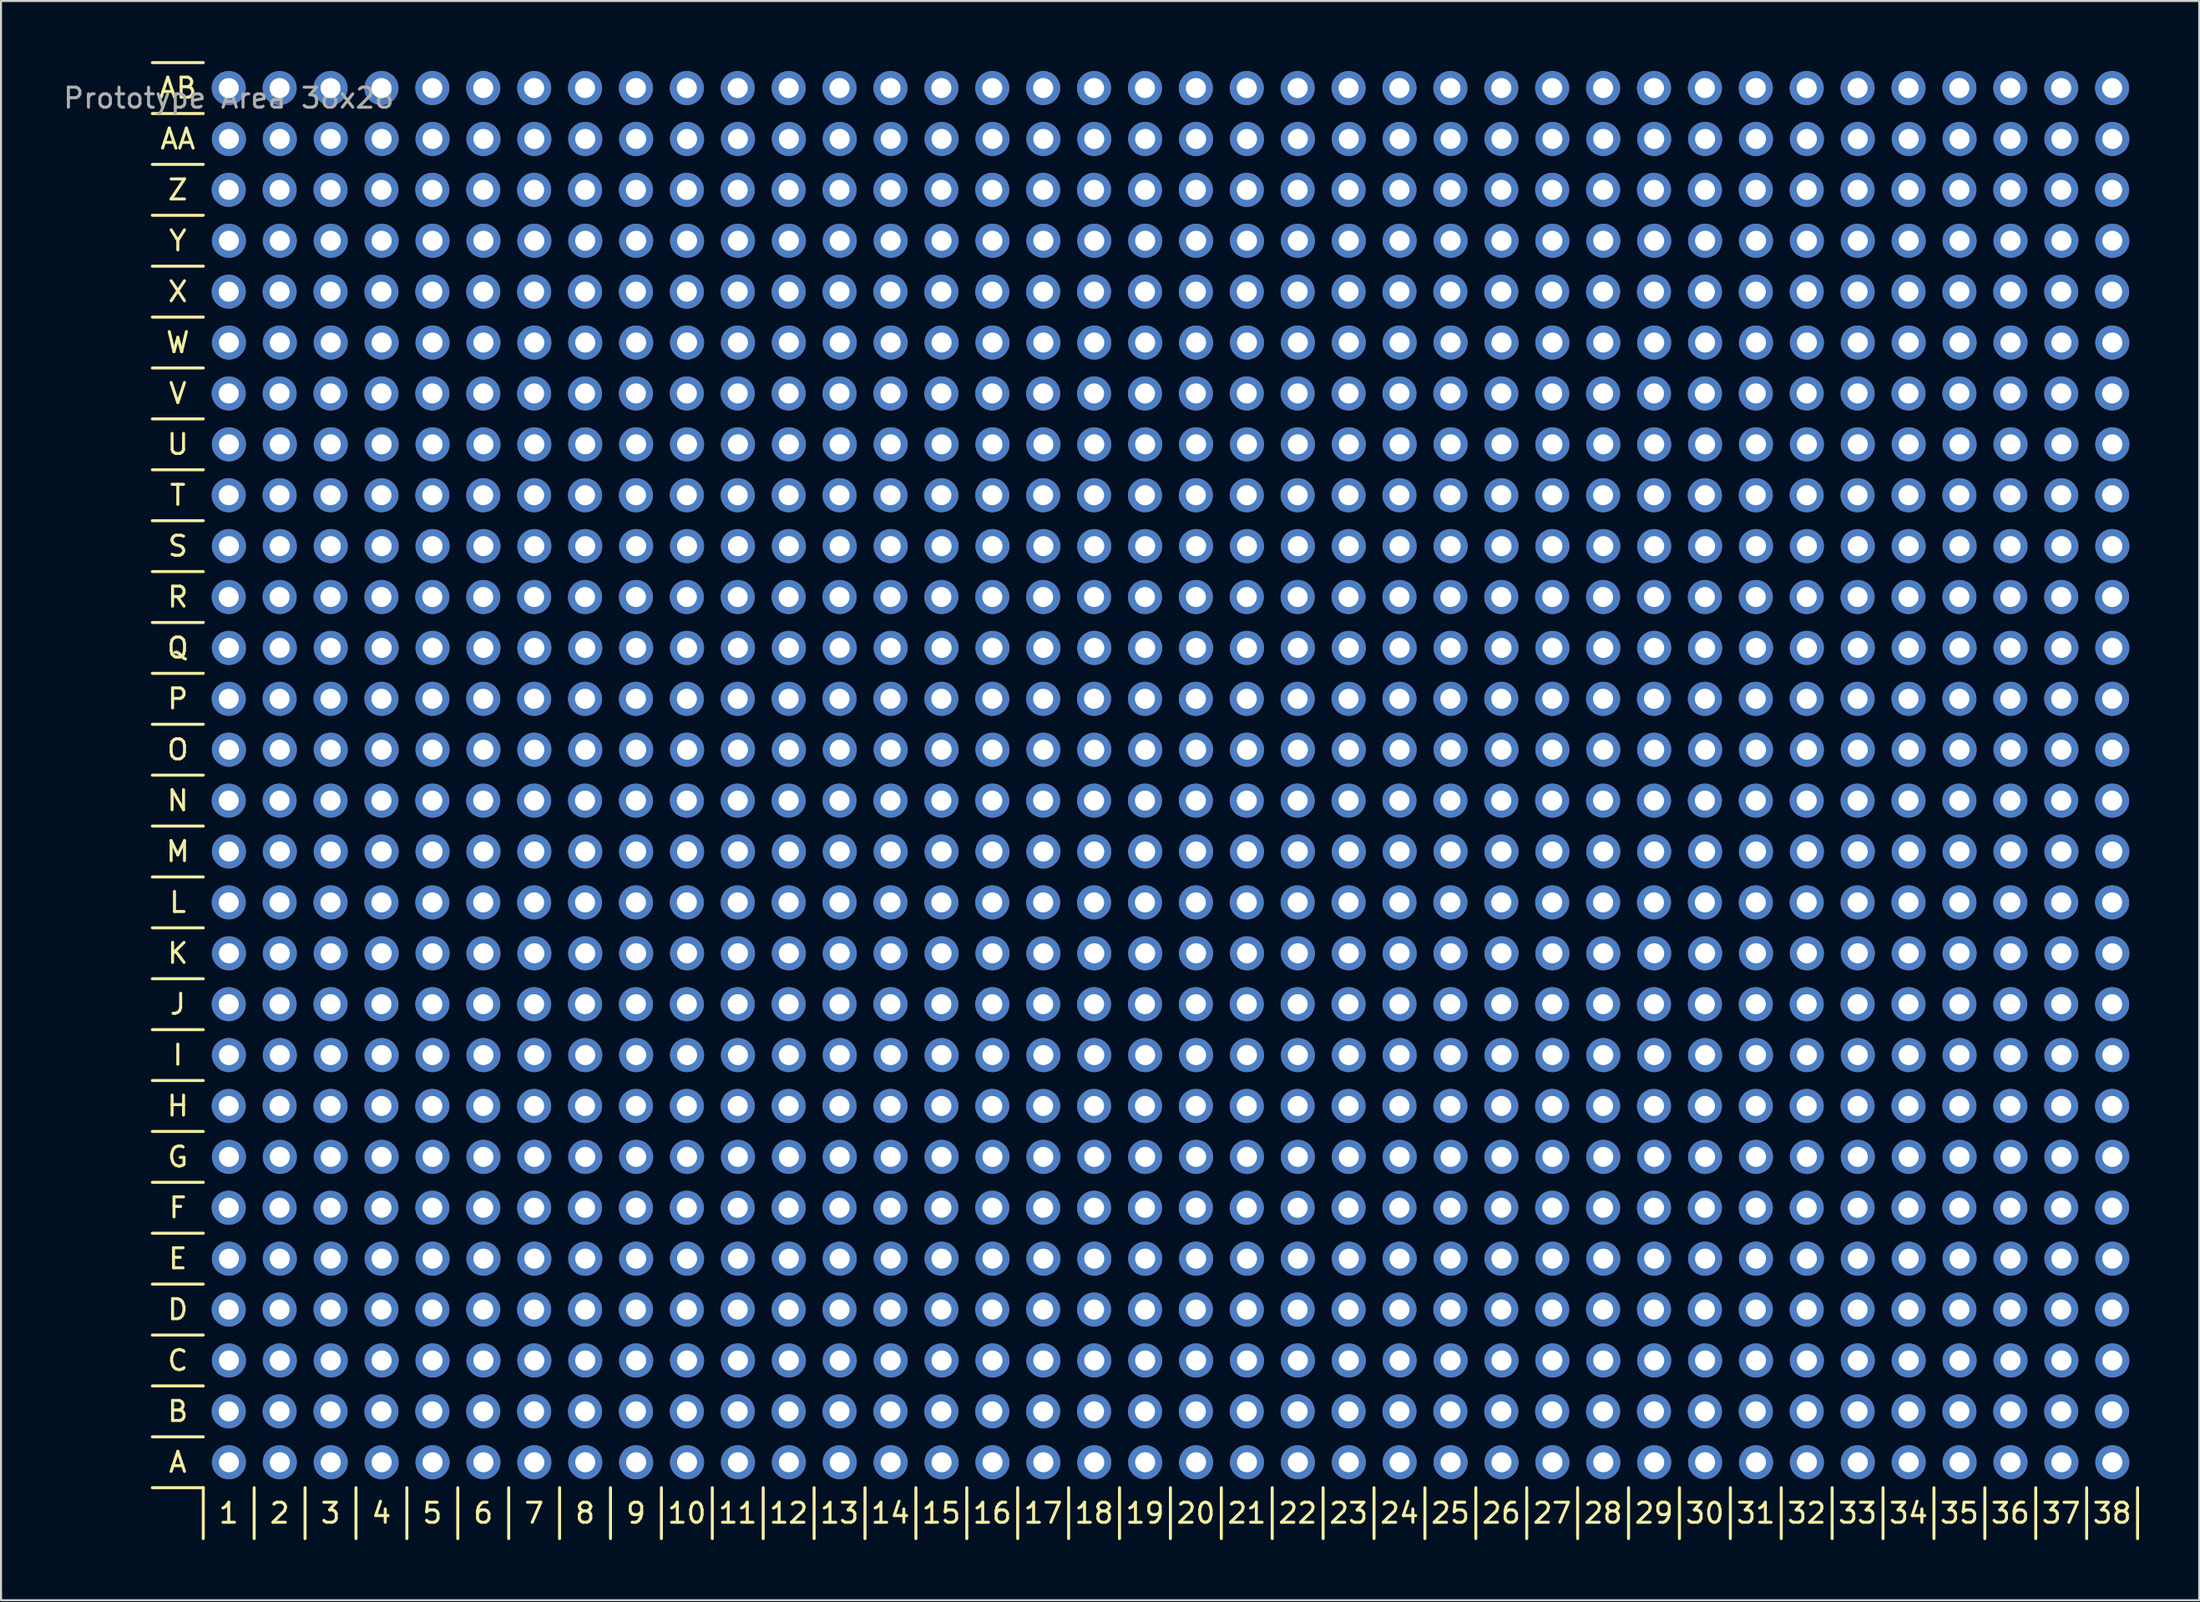
<source format=kicad_pcb>
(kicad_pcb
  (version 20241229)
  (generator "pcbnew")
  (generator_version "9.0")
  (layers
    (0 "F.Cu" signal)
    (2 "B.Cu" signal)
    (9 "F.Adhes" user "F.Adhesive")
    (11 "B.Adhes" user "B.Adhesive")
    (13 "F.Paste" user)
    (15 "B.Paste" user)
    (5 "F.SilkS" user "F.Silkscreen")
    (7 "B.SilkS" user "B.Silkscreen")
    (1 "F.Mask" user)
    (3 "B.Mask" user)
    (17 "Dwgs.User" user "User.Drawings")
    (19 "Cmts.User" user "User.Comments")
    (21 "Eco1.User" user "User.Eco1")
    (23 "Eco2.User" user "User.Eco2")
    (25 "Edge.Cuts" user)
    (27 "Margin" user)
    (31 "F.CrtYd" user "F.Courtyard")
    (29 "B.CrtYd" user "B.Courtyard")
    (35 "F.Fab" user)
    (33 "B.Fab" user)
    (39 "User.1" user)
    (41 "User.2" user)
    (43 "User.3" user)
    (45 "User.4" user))
  (footprint "Prototype Area 38x28"
    (layer "F.Cu")
    (at 8.363 1.345)
    (property "Reference" "Prototype Area 38x28" (at 0 0.5 0) (layer "F.Fab") (effects (font (size 1 1) (thickness 0.15))))
    (attr through_hole)
    (fp_line (start -1.27 -1.27) (end -3.81 -1.27) (stroke (width 0.15) (type solid)) (layer "F.SilkS"))
    (fp_line (start -1.27 1.27) (end -3.81 1.27) (stroke (width 0.15) (type solid)) (layer "F.SilkS"))
    (fp_line (start -1.27 3.81) (end -3.81 3.81) (stroke (width 0.15) (type solid)) (layer "F.SilkS"))
    (fp_line (start -1.27 6.35) (end -3.81 6.35) (stroke (width 0.15) (type solid)) (layer "F.SilkS"))
    (fp_line (start -1.27 8.89) (end -3.81 8.89) (stroke (width 0.15) (type solid)) (layer "F.SilkS"))
    (fp_line (start -1.27 11.43) (end -3.81 11.43) (stroke (width 0.15) (type solid)) (layer "F.SilkS"))
    (fp_line (start -1.27 13.97) (end -3.81 13.97) (stroke (width 0.15) (type solid)) (layer "F.SilkS"))
    (fp_line (start -1.27 16.51) (end -3.81 16.51) (stroke (width 0.15) (type solid)) (layer "F.SilkS"))
    (fp_line (start -1.27 19.05) (end -3.81 19.05) (stroke (width 0.15) (type solid)) (layer "F.SilkS"))
    (fp_line (start -1.27 21.59) (end -3.81 21.59) (stroke (width 0.15) (type solid)) (layer "F.SilkS"))
    (fp_line (start -1.27 24.13) (end -3.81 24.13) (stroke (width 0.15) (type solid)) (layer "F.SilkS"))
    (fp_line (start -1.27 26.67) (end -3.81 26.67) (stroke (width 0.15) (type solid)) (layer "F.SilkS"))
    (fp_line (start -1.27 29.21) (end -3.81 29.21) (stroke (width 0.15) (type solid)) (layer "F.SilkS"))
    (fp_line (start -1.27 31.75) (end -3.81 31.75) (stroke (width 0.15) (type solid)) (layer "F.SilkS"))
    (fp_line (start -1.27 34.29) (end -3.81 34.29) (stroke (width 0.15) (type solid)) (layer "F.SilkS"))
    (fp_line (start -1.27 36.83) (end -3.81 36.83) (stroke (width 0.15) (type solid)) (layer "F.SilkS"))
    (fp_line (start -1.27 39.37) (end -3.81 39.37) (stroke (width 0.15) (type solid)) (layer "F.SilkS"))
    (fp_line (start -1.27 41.91) (end -3.81 41.91) (stroke (width 0.15) (type solid)) (layer "F.SilkS"))
    (fp_line (start -1.27 44.45) (end -3.81 44.45) (stroke (width 0.15) (type solid)) (layer "F.SilkS"))
    (fp_line (start -1.27 46.99) (end -3.81 46.99) (stroke (width 0.15) (type solid)) (layer "F.SilkS"))
    (fp_line (start -1.27 49.53) (end -3.81 49.53) (stroke (width 0.15) (type solid)) (layer "F.SilkS"))
    (fp_line (start -1.27 52.07) (end -3.81 52.07) (stroke (width 0.15) (type solid)) (layer "F.SilkS"))
    (fp_line (start -1.27 54.61) (end -3.81 54.61) (stroke (width 0.15) (type solid)) (layer "F.SilkS"))
    (fp_line (start -1.27 57.15) (end -3.81 57.15) (stroke (width 0.15) (type solid)) (layer "F.SilkS"))
    (fp_line (start -1.27 59.69) (end -3.81 59.69) (stroke (width 0.15) (type solid)) (layer "F.SilkS"))
    (fp_line (start -1.27 62.23) (end -3.81 62.23) (stroke (width 0.15) (type solid)) (layer "F.SilkS"))
    (fp_line (start -1.27 64.77) (end -3.81 64.77) (stroke (width 0.15) (type solid)) (layer "F.SilkS"))
    (fp_line (start -1.27 67.31) (end -3.81 67.31) (stroke (width 0.15) (type solid)) (layer "F.SilkS"))
    (fp_line (start -1.27 69.85) (end -3.81 69.85) (stroke (width 0.15) (type solid)) (layer "F.SilkS"))
    (fp_line (start -1.27 69.85) (end -1.27 72.39) (stroke (width 0.15) (type solid)) (layer "F.SilkS"))
    (fp_line (start 1.27 69.85) (end 1.27 72.39) (stroke (width 0.15) (type solid)) (layer "F.SilkS"))
    (fp_line (start 3.81 69.85) (end 3.81 72.39) (stroke (width 0.15) (type solid)) (layer "F.SilkS"))
    (fp_line (start 6.35 69.85) (end 6.35 72.39) (stroke (width 0.15) (type solid)) (layer "F.SilkS"))
    (fp_line (start 8.89 69.85) (end 8.89 72.39) (stroke (width 0.15) (type solid)) (layer "F.SilkS"))
    (fp_line (start 11.43 69.85) (end 11.43 72.39) (stroke (width 0.15) (type solid)) (layer "F.SilkS"))
    (fp_line (start 13.97 69.85) (end 13.97 72.39) (stroke (width 0.15) (type solid)) (layer "F.SilkS"))
    (fp_line (start 16.51 69.85) (end 16.51 72.39) (stroke (width 0.15) (type solid)) (layer "F.SilkS"))
    (fp_line (start 19.05 69.85) (end 19.05 72.39) (stroke (width 0.15) (type solid)) (layer "F.SilkS"))
    (fp_line (start 21.59 69.85) (end 21.59 72.39) (stroke (width 0.15) (type solid)) (layer "F.SilkS"))
    (fp_line (start 24.13 69.85) (end 24.13 72.39) (stroke (width 0.15) (type solid)) (layer "F.SilkS"))
    (fp_line (start 26.67 69.85) (end 26.67 72.39) (stroke (width 0.15) (type solid)) (layer "F.SilkS"))
    (fp_line (start 29.21 69.85) (end 29.21 72.39) (stroke (width 0.15) (type solid)) (layer "F.SilkS"))
    (fp_line (start 31.75 69.85) (end 31.75 72.39) (stroke (width 0.15) (type solid)) (layer "F.SilkS"))
    (fp_line (start 34.29 69.85) (end 34.29 72.39) (stroke (width 0.15) (type solid)) (layer "F.SilkS"))
    (fp_line (start 36.83 69.85) (end 36.83 72.39) (stroke (width 0.15) (type solid)) (layer "F.SilkS"))
    (fp_line (start 39.37 69.85) (end 39.37 72.39) (stroke (width 0.15) (type solid)) (layer "F.SilkS"))
    (fp_line (start 41.91 69.85) (end 41.91 72.39) (stroke (width 0.15) (type solid)) (layer "F.SilkS"))
    (fp_line (start 44.45 69.85) (end 44.45 72.39) (stroke (width 0.15) (type solid)) (layer "F.SilkS"))
    (fp_line (start 46.99 69.85) (end 46.99 72.39) (stroke (width 0.15) (type solid)) (layer "F.SilkS"))
    (fp_line (start 49.53 69.85) (end 49.53 72.39) (stroke (width 0.15) (type solid)) (layer "F.SilkS"))
    (fp_line (start 52.07 69.85) (end 52.07 72.39) (stroke (width 0.15) (type solid)) (layer "F.SilkS"))
    (fp_line (start 54.61 69.85) (end 54.61 72.39) (stroke (width 0.15) (type solid)) (layer "F.SilkS"))
    (fp_line (start 57.15 69.85) (end 57.15 72.39) (stroke (width 0.15) (type solid)) (layer "F.SilkS"))
    (fp_line (start 59.69 69.85) (end 59.69 72.39) (stroke (width 0.15) (type solid)) (layer "F.SilkS"))
    (fp_line (start 62.23 69.85) (end 62.23 72.39) (stroke (width 0.15) (type solid)) (layer "F.SilkS"))
    (fp_line (start 64.77 69.85) (end 64.77 72.39) (stroke (width 0.15) (type solid)) (layer "F.SilkS"))
    (fp_line (start 67.31 69.85) (end 67.31 72.39) (stroke (width 0.15) (type solid)) (layer "F.SilkS"))
    (fp_line (start 69.85 69.85) (end 69.85 72.39) (stroke (width 0.15) (type solid)) (layer "F.SilkS"))
    (fp_line (start 72.39 69.85) (end 72.39 72.39) (stroke (width 0.15) (type solid)) (layer "F.SilkS"))
    (fp_line (start 74.93 69.85) (end 74.93 72.39) (stroke (width 0.15) (type solid)) (layer "F.SilkS"))
    (fp_line (start 77.47 69.85) (end 77.47 72.39) (stroke (width 0.15) (type solid)) (layer "F.SilkS"))
    (fp_line (start 80.01 69.85) (end 80.01 72.39) (stroke (width 0.15) (type solid)) (layer "F.SilkS"))
    (fp_line (start 82.55 69.85) (end 82.55 72.39) (stroke (width 0.15) (type solid)) (layer "F.SilkS"))
    (fp_line (start 85.09 69.85) (end 85.09 72.39) (stroke (width 0.15) (type solid)) (layer "F.SilkS"))
    (fp_line (start 87.63 69.85) (end 87.63 72.39) (stroke (width 0.15) (type solid)) (layer "F.SilkS"))
    (fp_line (start 90.17 69.85) (end 90.17 72.39) (stroke (width 0.15) (type solid)) (layer "F.SilkS"))
    (fp_line (start 92.71 69.85) (end 92.71 72.39) (stroke (width 0.15) (type solid)) (layer "F.SilkS"))
    (fp_line (start 95.25 69.85) (end 95.25 72.39) (stroke (width 0.15) (type solid)) (layer "F.SilkS"))
    (fp_text user "W" (at -2.54 12.7 0) (layer "F.SilkS") (effects (font (size 1 1) (thickness 0.15))))
    (fp_text user "L" (at -2.54 40.64 0) (layer "F.SilkS") (effects (font (size 1 1) (thickness 0.15))))
    (fp_text user "1" (at 0 71.12 0) (layer "F.SilkS") (effects (font (size 1 1) (thickness 0.15))))
    (fp_text user "J" (at -2.54 45.72 0) (layer "F.SilkS") (effects (font (size 1 1) (thickness 0.15))))
    (fp_text user "14" (at 33.02 71.12 0) (layer "F.SilkS") (effects (font (size 1 1) (thickness 0.15))))
    (fp_text user "25" (at 60.96 71.12 0) (layer "F.SilkS") (effects (font (size 1 1) (thickness 0.15))))
    (fp_text user "G" (at -2.54 53.34 0) (layer "F.SilkS") (effects (font (size 1 1) (thickness 0.15))))
    (fp_text user "13" (at 30.48 71.12 0) (layer "F.SilkS") (effects (font (size 1 1) (thickness 0.15))))
    (fp_text user "A" (at -2.54 68.58 0) (layer "F.SilkS") (effects (font (size 1 1) (thickness 0.15))))
    (fp_text user "7" (at 15.24 71.12 0) (layer "F.SilkS") (effects (font (size 1 1) (thickness 0.15))))
    (fp_text user "5" (at 10.16 71.12 0) (layer "F.SilkS") (effects (font (size 1 1) (thickness 0.15))))
    (fp_text user "2" (at 2.54 71.12 0) (layer "F.SilkS") (effects (font (size 1 1) (thickness 0.15))))
    (fp_text user "M" (at -2.54 38.1 0) (layer "F.SilkS") (effects (font (size 1 1) (thickness 0.15))))
    (fp_text user "P" (at -2.54 30.48 0) (layer "F.SilkS") (effects (font (size 1 1) (thickness 0.15))))
    (fp_text user "26" (at 63.5 71.12 0) (layer "F.SilkS") (effects (font (size 1 1) (thickness 0.15))))
    (fp_text user "AA" (at -2.54 2.54 0) (layer "F.SilkS") (effects (font (size 1 1) (thickness 0.15))))
    (fp_text user "9" (at 20.32 71.12 0) (layer "F.SilkS") (effects (font (size 1 1) (thickness 0.15))))
    (fp_text user "E" (at -2.54 58.42 0) (layer "F.SilkS") (effects (font (size 1 1) (thickness 0.15))))
    (fp_text user "T" (at -2.54 20.32 0) (layer "F.SilkS") (effects (font (size 1 1) (thickness 0.15))))
    (fp_text user "Q" (at -2.54 27.94 0) (layer "F.SilkS") (effects (font (size 1 1) (thickness 0.15))))
    (fp_text user "3" (at 5.08 71.12 0) (layer "F.SilkS") (effects (font (size 1 1) (thickness 0.15))))
    (fp_text user "N" (at -2.54 35.56 0) (layer "F.SilkS") (effects (font (size 1 1) (thickness 0.15))))
    (fp_text user "24" (at 58.42 71.12 0) (layer "F.SilkS") (effects (font (size 1 1) (thickness 0.15))))
    (fp_text user "Y" (at -2.54 7.62 0) (layer "F.SilkS") (effects (font (size 1 1) (thickness 0.15))))
    (fp_text user "10" (at 22.86 71.12 0) (layer "F.SilkS") (effects (font (size 1 1) (thickness 0.15))))
    (fp_text user "11" (at 25.4 71.12 0) (layer "F.SilkS") (effects (font (size 1 1) (thickness 0.15))))
    (fp_text user "D" (at -2.54 60.96 0) (layer "F.SilkS") (effects (font (size 1 1) (thickness 0.15))))
    (fp_text user "21" (at 50.8 71.12 0) (layer "F.SilkS") (effects (font (size 1 1) (thickness 0.15))))
    (fp_text user "31" (at 76.2 71.12 0) (layer "F.SilkS") (effects (font (size 1 1) (thickness 0.15))))
    (fp_text user "29" (at 71.12 71.12 0) (layer "F.SilkS") (effects (font (size 1 1) (thickness 0.15))))
    (fp_text user "22" (at 53.34 71.12 0) (layer "F.SilkS") (effects (font (size 1 1) (thickness 0.15))))
    (fp_text user "16" (at 38.1 71.12 0) (layer "F.SilkS") (effects (font (size 1 1) (thickness 0.15))))
    (fp_text user "8" (at 17.78 71.12 0) (layer "F.SilkS") (effects (font (size 1 1) (thickness 0.15))))
    (fp_text user "34" (at 83.82 71.12 0) (layer "F.SilkS") (effects (font (size 1 1) (thickness 0.15))))
    (fp_text user "I" (at -2.54 48.26 0) (layer "F.SilkS") (effects (font (size 1 1) (thickness 0.15))))
    (fp_text user "32" (at 78.74 71.12 0) (layer "F.SilkS") (effects (font (size 1 1) (thickness 0.15))))
    (fp_text user "33" (at 81.28 71.12 0) (layer "F.SilkS") (effects (font (size 1 1) (thickness 0.15))))
    (fp_text user "6" (at 12.7 71.12 0) (layer "F.SilkS") (effects (font (size 1 1) (thickness 0.15))))
    (fp_text user "17" (at 40.64 71.12 0) (layer "F.SilkS") (effects (font (size 1 1) (thickness 0.15))))
    (fp_text user "C" (at -2.54 63.5 0) (layer "F.SilkS") (effects (font (size 1 1) (thickness 0.15))))
    (fp_text user "28" (at 68.58 71.12 0) (layer "F.SilkS") (effects (font (size 1 1) (thickness 0.15))))
    (fp_text user "K" (at -2.54 43.18 0) (layer "F.SilkS") (effects (font (size 1 1) (thickness 0.15))))
    (fp_text user "U" (at -2.54 17.78 0) (layer "F.SilkS") (effects (font (size 1 1) (thickness 0.15))))
    (fp_text user "27" (at 66.04 71.12 0) (layer "F.SilkS") (effects (font (size 1 1) (thickness 0.15))))
    (fp_text user "38" (at 93.98 71.12 0) (layer "F.SilkS") (effects (font (size 1 1) (thickness 0.15))))
    (fp_text user "AB" (at -2.54 0 0) (layer "F.SilkS") (effects (font (size 1 1) (thickness 0.15))))
    (fp_text user "4" (at 7.62 71.12 0) (layer "F.SilkS") (effects (font (size 1 1) (thickness 0.15))))
    (fp_text user "12" (at 27.94 71.12 0) (layer "F.SilkS") (effects (font (size 1 1) (thickness 0.15))))
    (fp_text user "H" (at -2.54 50.8 0) (layer "F.SilkS") (effects (font (size 1 1) (thickness 0.15))))
    (fp_text user "35" (at 86.36 71.12 0) (layer "F.SilkS") (effects (font (size 1 1) (thickness 0.15))))
    (fp_text user "V" (at -2.54 15.24 0) (layer "F.SilkS") (effects (font (size 1 1) (thickness 0.15))))
    (fp_text user "19" (at 45.72 71.12 0) (layer "F.SilkS") (effects (font (size 1 1) (thickness 0.15))))
    (fp_text user "R" (at -2.54 25.4 0) (layer "F.SilkS") (effects (font (size 1 1) (thickness 0.15))))
    (fp_text user "36" (at 88.9 71.12 0) (layer "F.SilkS") (effects (font (size 1 1) (thickness 0.15))))
    (fp_text user "23" (at 55.88 71.12 0) (layer "F.SilkS") (effects (font (size 1 1) (thickness 0.15))))
    (fp_text user "O" (at -2.54 33.02 0) (layer "F.SilkS") (effects (font (size 1 1) (thickness 0.15))))
    (fp_text user "S" (at -2.54 22.86 0) (layer "F.SilkS") (effects (font (size 1 1) (thickness 0.15))))
    (fp_text user "F" (at -2.54 55.88 0) (layer "F.SilkS") (effects (font (size 1 1) (thickness 0.15))))
    (fp_text user "18" (at 43.18 71.12 0) (layer "F.SilkS") (effects (font (size 1 1) (thickness 0.15))))
    (fp_text user "37" (at 91.44 71.12 0) (layer "F.SilkS") (effects (font (size 1 1) (thickness 0.15))))
    (fp_text user "30" (at 73.66 71.12 0) (layer "F.SilkS") (effects (font (size 1 1) (thickness 0.15))))
    (fp_text user "20" (at 48.26 71.12 0) (layer "F.SilkS") (effects (font (size 1 1) (thickness 0.15))))
    (fp_text user "X" (at -2.54 10.16 0) (layer "F.SilkS") (effects (font (size 1 1) (thickness 0.15))))
    (fp_text user "Z" (at -2.54 5.08 0) (layer "F.SilkS") (effects (font (size 1 1) (thickness 0.15))))
    (fp_text user "15" (at 35.56 71.12 0) (layer "F.SilkS") (effects (font (size 1 1) (thickness 0.15))))
    (fp_text user "B" (at -2.54 66.04 0) (layer "F.SilkS") (effects (font (size 1 1) (thickness 0.15))))
    (pad "" thru_hole circle (at 0 0) (size 1.7 1.7) (drill 1) (layers "*.Cu" "*.Mask"))
    (pad "" thru_hole circle (at 0 5.08) (size 1.7 1.7) (drill 1) (layers "*.Cu" "*.Mask"))
    (pad "" thru_hole circle (at 0 10.16) (size 1.7 1.7) (drill 1) (layers "*.Cu" "*.Mask"))
    (pad "" thru_hole circle (at 0 15.24) (size 1.7 1.7) (drill 1) (layers "*.Cu" "*.Mask"))
    (pad "" thru_hole circle (at 0 20.32) (size 1.7 1.7) (drill 1) (layers "*.Cu" "*.Mask"))
    (pad "" thru_hole circle (at 0 25.4) (size 1.7 1.7) (drill 1) (layers "*.Cu" "*.Mask"))
    (pad "" thru_hole circle (at 0 30.48) (size 1.7 1.7) (drill 1) (layers "*.Cu" "*.Mask"))
    (pad "" thru_hole circle (at 0 35.56) (size 1.7 1.7) (drill 1) (layers "*.Cu" "*.Mask"))
    (pad "" thru_hole circle (at 0 40.64) (size 1.7 1.7) (drill 1) (layers "*.Cu" "*.Mask"))
    (pad "" thru_hole circle (at 0 45.72) (size 1.7 1.7) (drill 1) (layers "*.Cu" "*.Mask"))
    (pad "" thru_hole circle (at 0 50.8) (size 1.7 1.7) (drill 1) (layers "*.Cu" "*.Mask"))
    (pad "" thru_hole circle (at 0 55.88) (size 1.7 1.7) (drill 1) (layers "*.Cu" "*.Mask"))
    (pad "" thru_hole circle (at 0 60.96) (size 1.7 1.7) (drill 1) (layers "*.Cu" "*.Mask"))
    (pad "" thru_hole circle (at 0 66.04) (size 1.7 1.7) (drill 1) (layers "*.Cu" "*.Mask"))
    (pad "" thru_hole circle (at 0.01 2.54) (size 1.7 1.7) (drill 1) (layers "*.Cu" "*.Mask"))
    (pad "" thru_hole circle (at 0.01 7.62) (size 1.7 1.7) (drill 1) (layers "*.Cu" "*.Mask"))
    (pad "" thru_hole circle (at 0.01 12.7) (size 1.7 1.7) (drill 1) (layers "*.Cu" "*.Mask"))
    (pad "" thru_hole circle (at 0.01 17.78) (size 1.7 1.7) (drill 1) (layers "*.Cu" "*.Mask"))
    (pad "" thru_hole circle (at 0.01 22.86) (size 1.7 1.7) (drill 1) (layers "*.Cu" "*.Mask"))
    (pad "" thru_hole circle (at 0.01 27.94) (size 1.7 1.7) (drill 1) (layers "*.Cu" "*.Mask"))
    (pad "" thru_hole circle (at 0.01 33.02) (size 1.7 1.7) (drill 1) (layers "*.Cu" "*.Mask"))
    (pad "" thru_hole circle (at 0.01 38.1) (size 1.7 1.7) (drill 1) (layers "*.Cu" "*.Mask"))
    (pad "" thru_hole circle (at 0.01 43.18) (size 1.7 1.7) (drill 1) (layers "*.Cu" "*.Mask"))
    (pad "" thru_hole circle (at 0.01 48.26) (size 1.7 1.7) (drill 1) (layers "*.Cu" "*.Mask"))
    (pad "" thru_hole circle (at 0.01 53.34) (size 1.7 1.7) (drill 1) (layers "*.Cu" "*.Mask"))
    (pad "" thru_hole circle (at 0.01 58.42) (size 1.7 1.7) (drill 1) (layers "*.Cu" "*.Mask"))
    (pad "" thru_hole circle (at 0.01 63.5) (size 1.7 1.7) (drill 1) (layers "*.Cu" "*.Mask"))
    (pad "" thru_hole circle (at 0.01 68.58) (size 1.7 1.7) (drill 1) (layers "*.Cu" "*.Mask"))
    (pad "" thru_hole circle (at 2.54 0) (size 1.7 1.7) (drill 1) (layers "*.Cu" "*.Mask"))
    (pad "" thru_hole circle (at 2.54 5.08) (size 1.7 1.7) (drill 1) (layers "*.Cu" "*.Mask"))
    (pad "" thru_hole circle (at 2.54 10.16) (size 1.7 1.7) (drill 1) (layers "*.Cu" "*.Mask"))
    (pad "" thru_hole circle (at 2.54 15.24) (size 1.7 1.7) (drill 1) (layers "*.Cu" "*.Mask"))
    (pad "" thru_hole circle (at 2.54 20.32) (size 1.7 1.7) (drill 1) (layers "*.Cu" "*.Mask"))
    (pad "" thru_hole circle (at 2.54 25.4) (size 1.7 1.7) (drill 1) (layers "*.Cu" "*.Mask"))
    (pad "" thru_hole circle (at 2.54 30.48) (size 1.7 1.7) (drill 1) (layers "*.Cu" "*.Mask"))
    (pad "" thru_hole circle (at 2.54 35.56) (size 1.7 1.7) (drill 1) (layers "*.Cu" "*.Mask"))
    (pad "" thru_hole circle (at 2.54 40.64) (size 1.7 1.7) (drill 1) (layers "*.Cu" "*.Mask"))
    (pad "" thru_hole circle (at 2.54 45.72) (size 1.7 1.7) (drill 1) (layers "*.Cu" "*.Mask"))
    (pad "" thru_hole circle (at 2.54 50.8) (size 1.7 1.7) (drill 1) (layers "*.Cu" "*.Mask"))
    (pad "" thru_hole circle (at 2.54 55.88) (size 1.7 1.7) (drill 1) (layers "*.Cu" "*.Mask"))
    (pad "" thru_hole circle (at 2.54 60.96) (size 1.7 1.7) (drill 1) (layers "*.Cu" "*.Mask"))
    (pad "" thru_hole circle (at 2.54 66.04) (size 1.7 1.7) (drill 1) (layers "*.Cu" "*.Mask"))
    (pad "" thru_hole circle (at 2.55 2.54) (size 1.7 1.7) (drill 1) (layers "*.Cu" "*.Mask"))
    (pad "" thru_hole circle (at 2.55 7.62) (size 1.7 1.7) (drill 1) (layers "*.Cu" "*.Mask"))
    (pad "" thru_hole circle (at 2.55 12.7) (size 1.7 1.7) (drill 1) (layers "*.Cu" "*.Mask"))
    (pad "" thru_hole circle (at 2.55 17.78) (size 1.7 1.7) (drill 1) (layers "*.Cu" "*.Mask"))
    (pad "" thru_hole circle (at 2.55 22.86) (size 1.7 1.7) (drill 1) (layers "*.Cu" "*.Mask"))
    (pad "" thru_hole circle (at 2.55 27.94) (size 1.7 1.7) (drill 1) (layers "*.Cu" "*.Mask"))
    (pad "" thru_hole circle (at 2.55 33.02) (size 1.7 1.7) (drill 1) (layers "*.Cu" "*.Mask"))
    (pad "" thru_hole circle (at 2.55 38.1) (size 1.7 1.7) (drill 1) (layers "*.Cu" "*.Mask"))
    (pad "" thru_hole circle (at 2.55 43.18) (size 1.7 1.7) (drill 1) (layers "*.Cu" "*.Mask"))
    (pad "" thru_hole circle (at 2.55 48.26) (size 1.7 1.7) (drill 1) (layers "*.Cu" "*.Mask"))
    (pad "" thru_hole circle (at 2.55 53.34) (size 1.7 1.7) (drill 1) (layers "*.Cu" "*.Mask"))
    (pad "" thru_hole circle (at 2.55 58.42) (size 1.7 1.7) (drill 1) (layers "*.Cu" "*.Mask"))
    (pad "" thru_hole circle (at 2.55 63.5) (size 1.7 1.7) (drill 1) (layers "*.Cu" "*.Mask"))
    (pad "" thru_hole circle (at 2.55 68.58) (size 1.7 1.7) (drill 1) (layers "*.Cu" "*.Mask"))
    (pad "" thru_hole circle (at 5.08 0) (size 1.7 1.7) (drill 1) (layers "*.Cu" "*.Mask"))
    (pad "" thru_hole circle (at 5.08 5.08) (size 1.7 1.7) (drill 1) (layers "*.Cu" "*.Mask"))
    (pad "" thru_hole circle (at 5.08 10.16) (size 1.7 1.7) (drill 1) (layers "*.Cu" "*.Mask"))
    (pad "" thru_hole circle (at 5.08 15.24) (size 1.7 1.7) (drill 1) (layers "*.Cu" "*.Mask"))
    (pad "" thru_hole circle (at 5.08 20.32) (size 1.7 1.7) (drill 1) (layers "*.Cu" "*.Mask"))
    (pad "" thru_hole circle (at 5.08 25.4) (size 1.7 1.7) (drill 1) (layers "*.Cu" "*.Mask"))
    (pad "" thru_hole circle (at 5.08 30.48) (size 1.7 1.7) (drill 1) (layers "*.Cu" "*.Mask"))
    (pad "" thru_hole circle (at 5.08 35.56) (size 1.7 1.7) (drill 1) (layers "*.Cu" "*.Mask"))
    (pad "" thru_hole circle (at 5.08 40.64) (size 1.7 1.7) (drill 1) (layers "*.Cu" "*.Mask"))
    (pad "" thru_hole circle (at 5.08 45.72) (size 1.7 1.7) (drill 1) (layers "*.Cu" "*.Mask"))
    (pad "" thru_hole circle (at 5.08 50.8) (size 1.7 1.7) (drill 1) (layers "*.Cu" "*.Mask"))
    (pad "" thru_hole circle (at 5.08 55.88) (size 1.7 1.7) (drill 1) (layers "*.Cu" "*.Mask"))
    (pad "" thru_hole circle (at 5.08 60.96) (size 1.7 1.7) (drill 1) (layers "*.Cu" "*.Mask"))
    (pad "" thru_hole circle (at 5.08 66.04) (size 1.7 1.7) (drill 1) (layers "*.Cu" "*.Mask"))
    (pad "" thru_hole circle (at 5.09 2.54) (size 1.7 1.7) (drill 1) (layers "*.Cu" "*.Mask"))
    (pad "" thru_hole circle (at 5.09 7.62) (size 1.7 1.7) (drill 1) (layers "*.Cu" "*.Mask"))
    (pad "" thru_hole circle (at 5.09 12.7) (size 1.7 1.7) (drill 1) (layers "*.Cu" "*.Mask"))
    (pad "" thru_hole circle (at 5.09 17.78) (size 1.7 1.7) (drill 1) (layers "*.Cu" "*.Mask"))
    (pad "" thru_hole circle (at 5.09 22.86) (size 1.7 1.7) (drill 1) (layers "*.Cu" "*.Mask"))
    (pad "" thru_hole circle (at 5.09 27.94) (size 1.7 1.7) (drill 1) (layers "*.Cu" "*.Mask"))
    (pad "" thru_hole circle (at 5.09 33.02) (size 1.7 1.7) (drill 1) (layers "*.Cu" "*.Mask"))
    (pad "" thru_hole circle (at 5.09 38.1) (size 1.7 1.7) (drill 1) (layers "*.Cu" "*.Mask"))
    (pad "" thru_hole circle (at 5.09 43.18) (size 1.7 1.7) (drill 1) (layers "*.Cu" "*.Mask"))
    (pad "" thru_hole circle (at 5.09 48.26) (size 1.7 1.7) (drill 1) (layers "*.Cu" "*.Mask"))
    (pad "" thru_hole circle (at 5.09 53.34) (size 1.7 1.7) (drill 1) (layers "*.Cu" "*.Mask"))
    (pad "" thru_hole circle (at 5.09 58.42) (size 1.7 1.7) (drill 1) (layers "*.Cu" "*.Mask"))
    (pad "" thru_hole circle (at 5.09 63.5) (size 1.7 1.7) (drill 1) (layers "*.Cu" "*.Mask"))
    (pad "" thru_hole circle (at 5.09 68.58) (size 1.7 1.7) (drill 1) (layers "*.Cu" "*.Mask"))
    (pad "" thru_hole circle (at 7.62 0) (size 1.7 1.7) (drill 1) (layers "*.Cu" "*.Mask"))
    (pad "" thru_hole circle (at 7.62 5.08) (size 1.7 1.7) (drill 1) (layers "*.Cu" "*.Mask"))
    (pad "" thru_hole circle (at 7.62 10.16) (size 1.7 1.7) (drill 1) (layers "*.Cu" "*.Mask"))
    (pad "" thru_hole circle (at 7.62 15.24) (size 1.7 1.7) (drill 1) (layers "*.Cu" "*.Mask"))
    (pad "" thru_hole circle (at 7.62 20.32) (size 1.7 1.7) (drill 1) (layers "*.Cu" "*.Mask"))
    (pad "" thru_hole circle (at 7.62 25.4) (size 1.7 1.7) (drill 1) (layers "*.Cu" "*.Mask"))
    (pad "" thru_hole circle (at 7.62 30.48) (size 1.7 1.7) (drill 1) (layers "*.Cu" "*.Mask"))
    (pad "" thru_hole circle (at 7.62 35.56) (size 1.7 1.7) (drill 1) (layers "*.Cu" "*.Mask"))
    (pad "" thru_hole circle (at 7.62 40.64) (size 1.7 1.7) (drill 1) (layers "*.Cu" "*.Mask"))
    (pad "" thru_hole circle (at 7.62 45.72) (size 1.7 1.7) (drill 1) (layers "*.Cu" "*.Mask"))
    (pad "" thru_hole circle (at 7.62 50.8) (size 1.7 1.7) (drill 1) (layers "*.Cu" "*.Mask"))
    (pad "" thru_hole circle (at 7.62 55.88) (size 1.7 1.7) (drill 1) (layers "*.Cu" "*.Mask"))
    (pad "" thru_hole circle (at 7.62 60.96) (size 1.7 1.7) (drill 1) (layers "*.Cu" "*.Mask"))
    (pad "" thru_hole circle (at 7.62 66.04) (size 1.7 1.7) (drill 1) (layers "*.Cu" "*.Mask"))
    (pad "" thru_hole circle (at 7.63 2.54) (size 1.7 1.7) (drill 1) (layers "*.Cu" "*.Mask"))
    (pad "" thru_hole circle (at 7.63 7.62) (size 1.7 1.7) (drill 1) (layers "*.Cu" "*.Mask"))
    (pad "" thru_hole circle (at 7.63 12.7) (size 1.7 1.7) (drill 1) (layers "*.Cu" "*.Mask"))
    (pad "" thru_hole circle (at 7.63 17.78) (size 1.7 1.7) (drill 1) (layers "*.Cu" "*.Mask"))
    (pad "" thru_hole circle (at 7.63 22.86) (size 1.7 1.7) (drill 1) (layers "*.Cu" "*.Mask"))
    (pad "" thru_hole circle (at 7.63 27.94) (size 1.7 1.7) (drill 1) (layers "*.Cu" "*.Mask"))
    (pad "" thru_hole circle (at 7.63 33.02) (size 1.7 1.7) (drill 1) (layers "*.Cu" "*.Mask"))
    (pad "" thru_hole circle (at 7.63 38.1) (size 1.7 1.7) (drill 1) (layers "*.Cu" "*.Mask"))
    (pad "" thru_hole circle (at 7.63 43.18) (size 1.7 1.7) (drill 1) (layers "*.Cu" "*.Mask"))
    (pad "" thru_hole circle (at 7.63 48.26) (size 1.7 1.7) (drill 1) (layers "*.Cu" "*.Mask"))
    (pad "" thru_hole circle (at 7.63 53.34) (size 1.7 1.7) (drill 1) (layers "*.Cu" "*.Mask"))
    (pad "" thru_hole circle (at 7.63 58.42) (size 1.7 1.7) (drill 1) (layers "*.Cu" "*.Mask"))
    (pad "" thru_hole circle (at 7.63 63.5) (size 1.7 1.7) (drill 1) (layers "*.Cu" "*.Mask"))
    (pad "" thru_hole circle (at 7.63 68.58) (size 1.7 1.7) (drill 1) (layers "*.Cu" "*.Mask"))
    (pad "" thru_hole circle (at 10.16 0) (size 1.7 1.7) (drill 1) (layers "*.Cu" "*.Mask"))
    (pad "" thru_hole circle (at 10.16 5.08) (size 1.7 1.7) (drill 1) (layers "*.Cu" "*.Mask"))
    (pad "" thru_hole circle (at 10.16 10.16) (size 1.7 1.7) (drill 1) (layers "*.Cu" "*.Mask"))
    (pad "" thru_hole circle (at 10.16 15.24) (size 1.7 1.7) (drill 1) (layers "*.Cu" "*.Mask"))
    (pad "" thru_hole circle (at 10.16 20.32) (size 1.7 1.7) (drill 1) (layers "*.Cu" "*.Mask"))
    (pad "" thru_hole circle (at 10.16 25.4) (size 1.7 1.7) (drill 1) (layers "*.Cu" "*.Mask"))
    (pad "" thru_hole circle (at 10.16 30.48) (size 1.7 1.7) (drill 1) (layers "*.Cu" "*.Mask"))
    (pad "" thru_hole circle (at 10.16 35.56) (size 1.7 1.7) (drill 1) (layers "*.Cu" "*.Mask"))
    (pad "" thru_hole circle (at 10.16 40.64) (size 1.7 1.7) (drill 1) (layers "*.Cu" "*.Mask"))
    (pad "" thru_hole circle (at 10.16 45.72) (size 1.7 1.7) (drill 1) (layers "*.Cu" "*.Mask"))
    (pad "" thru_hole circle (at 10.16 50.8) (size 1.7 1.7) (drill 1) (layers "*.Cu" "*.Mask"))
    (pad "" thru_hole circle (at 10.16 55.88) (size 1.7 1.7) (drill 1) (layers "*.Cu" "*.Mask"))
    (pad "" thru_hole circle (at 10.16 60.96) (size 1.7 1.7) (drill 1) (layers "*.Cu" "*.Mask"))
    (pad "" thru_hole circle (at 10.16 66.04) (size 1.7 1.7) (drill 1) (layers "*.Cu" "*.Mask"))
    (pad "" thru_hole circle (at 10.17 2.54) (size 1.7 1.7) (drill 1) (layers "*.Cu" "*.Mask"))
    (pad "" thru_hole circle (at 10.17 7.62) (size 1.7 1.7) (drill 1) (layers "*.Cu" "*.Mask"))
    (pad "" thru_hole circle (at 10.17 12.7) (size 1.7 1.7) (drill 1) (layers "*.Cu" "*.Mask"))
    (pad "" thru_hole circle (at 10.17 17.78) (size 1.7 1.7) (drill 1) (layers "*.Cu" "*.Mask"))
    (pad "" thru_hole circle (at 10.17 22.86) (size 1.7 1.7) (drill 1) (layers "*.Cu" "*.Mask"))
    (pad "" thru_hole circle (at 10.17 27.94) (size 1.7 1.7) (drill 1) (layers "*.Cu" "*.Mask"))
    (pad "" thru_hole circle (at 10.17 33.02) (size 1.7 1.7) (drill 1) (layers "*.Cu" "*.Mask"))
    (pad "" thru_hole circle (at 10.17 38.1) (size 1.7 1.7) (drill 1) (layers "*.Cu" "*.Mask"))
    (pad "" thru_hole circle (at 10.17 43.18) (size 1.7 1.7) (drill 1) (layers "*.Cu" "*.Mask"))
    (pad "" thru_hole circle (at 10.17 48.26) (size 1.7 1.7) (drill 1) (layers "*.Cu" "*.Mask"))
    (pad "" thru_hole circle (at 10.17 53.34) (size 1.7 1.7) (drill 1) (layers "*.Cu" "*.Mask"))
    (pad "" thru_hole circle (at 10.17 58.42) (size 1.7 1.7) (drill 1) (layers "*.Cu" "*.Mask"))
    (pad "" thru_hole circle (at 10.17 63.5) (size 1.7 1.7) (drill 1) (layers "*.Cu" "*.Mask"))
    (pad "" thru_hole circle (at 10.17 68.58) (size 1.7 1.7) (drill 1) (layers "*.Cu" "*.Mask"))
    (pad "" thru_hole circle (at 12.7 0) (size 1.7 1.7) (drill 1) (layers "*.Cu" "*.Mask"))
    (pad "" thru_hole circle (at 12.7 5.08) (size 1.7 1.7) (drill 1) (layers "*.Cu" "*.Mask"))
    (pad "" thru_hole circle (at 12.7 10.16) (size 1.7 1.7) (drill 1) (layers "*.Cu" "*.Mask"))
    (pad "" thru_hole circle (at 12.7 15.24) (size 1.7 1.7) (drill 1) (layers "*.Cu" "*.Mask"))
    (pad "" thru_hole circle (at 12.7 20.32) (size 1.7 1.7) (drill 1) (layers "*.Cu" "*.Mask"))
    (pad "" thru_hole circle (at 12.7 25.4) (size 1.7 1.7) (drill 1) (layers "*.Cu" "*.Mask"))
    (pad "" thru_hole circle (at 12.7 30.48) (size 1.7 1.7) (drill 1) (layers "*.Cu" "*.Mask"))
    (pad "" thru_hole circle (at 12.7 35.56) (size 1.7 1.7) (drill 1) (layers "*.Cu" "*.Mask"))
    (pad "" thru_hole circle (at 12.7 40.64) (size 1.7 1.7) (drill 1) (layers "*.Cu" "*.Mask"))
    (pad "" thru_hole circle (at 12.7 45.72) (size 1.7 1.7) (drill 1) (layers "*.Cu" "*.Mask"))
    (pad "" thru_hole circle (at 12.7 50.8) (size 1.7 1.7) (drill 1) (layers "*.Cu" "*.Mask"))
    (pad "" thru_hole circle (at 12.7 55.88) (size 1.7 1.7) (drill 1) (layers "*.Cu" "*.Mask"))
    (pad "" thru_hole circle (at 12.7 60.96) (size 1.7 1.7) (drill 1) (layers "*.Cu" "*.Mask"))
    (pad "" thru_hole circle (at 12.7 66.04) (size 1.7 1.7) (drill 1) (layers "*.Cu" "*.Mask"))
    (pad "" thru_hole circle (at 12.71 2.54) (size 1.7 1.7) (drill 1) (layers "*.Cu" "*.Mask"))
    (pad "" thru_hole circle (at 12.71 7.62) (size 1.7 1.7) (drill 1) (layers "*.Cu" "*.Mask"))
    (pad "" thru_hole circle (at 12.71 12.7) (size 1.7 1.7) (drill 1) (layers "*.Cu" "*.Mask"))
    (pad "" thru_hole circle (at 12.71 17.78) (size 1.7 1.7) (drill 1) (layers "*.Cu" "*.Mask"))
    (pad "" thru_hole circle (at 12.71 22.86) (size 1.7 1.7) (drill 1) (layers "*.Cu" "*.Mask"))
    (pad "" thru_hole circle (at 12.71 27.94) (size 1.7 1.7) (drill 1) (layers "*.Cu" "*.Mask"))
    (pad "" thru_hole circle (at 12.71 33.02) (size 1.7 1.7) (drill 1) (layers "*.Cu" "*.Mask"))
    (pad "" thru_hole circle (at 12.71 38.1) (size 1.7 1.7) (drill 1) (layers "*.Cu" "*.Mask"))
    (pad "" thru_hole circle (at 12.71 43.18) (size 1.7 1.7) (drill 1) (layers "*.Cu" "*.Mask"))
    (pad "" thru_hole circle (at 12.71 48.26) (size 1.7 1.7) (drill 1) (layers "*.Cu" "*.Mask"))
    (pad "" thru_hole circle (at 12.71 53.34) (size 1.7 1.7) (drill 1) (layers "*.Cu" "*.Mask"))
    (pad "" thru_hole circle (at 12.71 58.42) (size 1.7 1.7) (drill 1) (layers "*.Cu" "*.Mask"))
    (pad "" thru_hole circle (at 12.71 63.5) (size 1.7 1.7) (drill 1) (layers "*.Cu" "*.Mask"))
    (pad "" thru_hole circle (at 12.71 68.58) (size 1.7 1.7) (drill 1) (layers "*.Cu" "*.Mask"))
    (pad "" thru_hole circle (at 15.24 0) (size 1.7 1.7) (drill 1) (layers "*.Cu" "*.Mask"))
    (pad "" thru_hole circle (at 15.24 5.08) (size 1.7 1.7) (drill 1) (layers "*.Cu" "*.Mask"))
    (pad "" thru_hole circle (at 15.24 10.16) (size 1.7 1.7) (drill 1) (layers "*.Cu" "*.Mask"))
    (pad "" thru_hole circle (at 15.24 15.24) (size 1.7 1.7) (drill 1) (layers "*.Cu" "*.Mask"))
    (pad "" thru_hole circle (at 15.24 20.32) (size 1.7 1.7) (drill 1) (layers "*.Cu" "*.Mask"))
    (pad "" thru_hole circle (at 15.24 25.4) (size 1.7 1.7) (drill 1) (layers "*.Cu" "*.Mask"))
    (pad "" thru_hole circle (at 15.24 30.48) (size 1.7 1.7) (drill 1) (layers "*.Cu" "*.Mask"))
    (pad "" thru_hole circle (at 15.24 35.56) (size 1.7 1.7) (drill 1) (layers "*.Cu" "*.Mask"))
    (pad "" thru_hole circle (at 15.24 40.64) (size 1.7 1.7) (drill 1) (layers "*.Cu" "*.Mask"))
    (pad "" thru_hole circle (at 15.24 45.72) (size 1.7 1.7) (drill 1) (layers "*.Cu" "*.Mask"))
    (pad "" thru_hole circle (at 15.24 50.8) (size 1.7 1.7) (drill 1) (layers "*.Cu" "*.Mask"))
    (pad "" thru_hole circle (at 15.24 55.88) (size 1.7 1.7) (drill 1) (layers "*.Cu" "*.Mask"))
    (pad "" thru_hole circle (at 15.24 60.96) (size 1.7 1.7) (drill 1) (layers "*.Cu" "*.Mask"))
    (pad "" thru_hole circle (at 15.24 66.04) (size 1.7 1.7) (drill 1) (layers "*.Cu" "*.Mask"))
    (pad "" thru_hole circle (at 15.25 2.54) (size 1.7 1.7) (drill 1) (layers "*.Cu" "*.Mask"))
    (pad "" thru_hole circle (at 15.25 7.62) (size 1.7 1.7) (drill 1) (layers "*.Cu" "*.Mask"))
    (pad "" thru_hole circle (at 15.25 12.7) (size 1.7 1.7) (drill 1) (layers "*.Cu" "*.Mask"))
    (pad "" thru_hole circle (at 15.25 17.78) (size 1.7 1.7) (drill 1) (layers "*.Cu" "*.Mask"))
    (pad "" thru_hole circle (at 15.25 22.86) (size 1.7 1.7) (drill 1) (layers "*.Cu" "*.Mask"))
    (pad "" thru_hole circle (at 15.25 27.94) (size 1.7 1.7) (drill 1) (layers "*.Cu" "*.Mask"))
    (pad "" thru_hole circle (at 15.25 33.02) (size 1.7 1.7) (drill 1) (layers "*.Cu" "*.Mask"))
    (pad "" thru_hole circle (at 15.25 38.1) (size 1.7 1.7) (drill 1) (layers "*.Cu" "*.Mask"))
    (pad "" thru_hole circle (at 15.25 43.18) (size 1.7 1.7) (drill 1) (layers "*.Cu" "*.Mask"))
    (pad "" thru_hole circle (at 15.25 48.26) (size 1.7 1.7) (drill 1) (layers "*.Cu" "*.Mask"))
    (pad "" thru_hole circle (at 15.25 53.34) (size 1.7 1.7) (drill 1) (layers "*.Cu" "*.Mask"))
    (pad "" thru_hole circle (at 15.25 58.42) (size 1.7 1.7) (drill 1) (layers "*.Cu" "*.Mask"))
    (pad "" thru_hole circle (at 15.25 63.5) (size 1.7 1.7) (drill 1) (layers "*.Cu" "*.Mask"))
    (pad "" thru_hole circle (at 15.25 68.58) (size 1.7 1.7) (drill 1) (layers "*.Cu" "*.Mask"))
    (pad "" thru_hole circle (at 17.78 0) (size 1.7 1.7) (drill 1) (layers "*.Cu" "*.Mask"))
    (pad "" thru_hole circle (at 17.78 5.08) (size 1.7 1.7) (drill 1) (layers "*.Cu" "*.Mask"))
    (pad "" thru_hole circle (at 17.78 10.16) (size 1.7 1.7) (drill 1) (layers "*.Cu" "*.Mask"))
    (pad "" thru_hole circle (at 17.78 15.24) (size 1.7 1.7) (drill 1) (layers "*.Cu" "*.Mask"))
    (pad "" thru_hole circle (at 17.78 20.32) (size 1.7 1.7) (drill 1) (layers "*.Cu" "*.Mask"))
    (pad "" thru_hole circle (at 17.78 25.4) (size 1.7 1.7) (drill 1) (layers "*.Cu" "*.Mask"))
    (pad "" thru_hole circle (at 17.78 30.48) (size 1.7 1.7) (drill 1) (layers "*.Cu" "*.Mask"))
    (pad "" thru_hole circle (at 17.78 35.56) (size 1.7 1.7) (drill 1) (layers "*.Cu" "*.Mask"))
    (pad "" thru_hole circle (at 17.78 40.64) (size 1.7 1.7) (drill 1) (layers "*.Cu" "*.Mask"))
    (pad "" thru_hole circle (at 17.78 45.72) (size 1.7 1.7) (drill 1) (layers "*.Cu" "*.Mask"))
    (pad "" thru_hole circle (at 17.78 50.8) (size 1.7 1.7) (drill 1) (layers "*.Cu" "*.Mask"))
    (pad "" thru_hole circle (at 17.78 55.88) (size 1.7 1.7) (drill 1) (layers "*.Cu" "*.Mask"))
    (pad "" thru_hole circle (at 17.78 60.96) (size 1.7 1.7) (drill 1) (layers "*.Cu" "*.Mask"))
    (pad "" thru_hole circle (at 17.78 66.04) (size 1.7 1.7) (drill 1) (layers "*.Cu" "*.Mask"))
    (pad "" thru_hole circle (at 17.79 2.54) (size 1.7 1.7) (drill 1) (layers "*.Cu" "*.Mask"))
    (pad "" thru_hole circle (at 17.79 7.62) (size 1.7 1.7) (drill 1) (layers "*.Cu" "*.Mask"))
    (pad "" thru_hole circle (at 17.79 12.7) (size 1.7 1.7) (drill 1) (layers "*.Cu" "*.Mask"))
    (pad "" thru_hole circle (at 17.79 17.78) (size 1.7 1.7) (drill 1) (layers "*.Cu" "*.Mask"))
    (pad "" thru_hole circle (at 17.79 22.86) (size 1.7 1.7) (drill 1) (layers "*.Cu" "*.Mask"))
    (pad "" thru_hole circle (at 17.79 27.94) (size 1.7 1.7) (drill 1) (layers "*.Cu" "*.Mask"))
    (pad "" thru_hole circle (at 17.79 33.02) (size 1.7 1.7) (drill 1) (layers "*.Cu" "*.Mask"))
    (pad "" thru_hole circle (at 17.79 38.1) (size 1.7 1.7) (drill 1) (layers "*.Cu" "*.Mask"))
    (pad "" thru_hole circle (at 17.79 43.18) (size 1.7 1.7) (drill 1) (layers "*.Cu" "*.Mask"))
    (pad "" thru_hole circle (at 17.79 48.26) (size 1.7 1.7) (drill 1) (layers "*.Cu" "*.Mask"))
    (pad "" thru_hole circle (at 17.79 53.34) (size 1.7 1.7) (drill 1) (layers "*.Cu" "*.Mask"))
    (pad "" thru_hole circle (at 17.79 58.42) (size 1.7 1.7) (drill 1) (layers "*.Cu" "*.Mask"))
    (pad "" thru_hole circle (at 17.79 63.5) (size 1.7 1.7) (drill 1) (layers "*.Cu" "*.Mask"))
    (pad "" thru_hole circle (at 17.79 68.58) (size 1.7 1.7) (drill 1) (layers "*.Cu" "*.Mask"))
    (pad "" thru_hole circle (at 20.32 0) (size 1.7 1.7) (drill 1) (layers "*.Cu" "*.Mask"))
    (pad "" thru_hole circle (at 20.32 5.08) (size 1.7 1.7) (drill 1) (layers "*.Cu" "*.Mask"))
    (pad "" thru_hole circle (at 20.32 10.16) (size 1.7 1.7) (drill 1) (layers "*.Cu" "*.Mask"))
    (pad "" thru_hole circle (at 20.32 15.24) (size 1.7 1.7) (drill 1) (layers "*.Cu" "*.Mask"))
    (pad "" thru_hole circle (at 20.32 20.32) (size 1.7 1.7) (drill 1) (layers "*.Cu" "*.Mask"))
    (pad "" thru_hole circle (at 20.32 25.4) (size 1.7 1.7) (drill 1) (layers "*.Cu" "*.Mask"))
    (pad "" thru_hole circle (at 20.32 30.48) (size 1.7 1.7) (drill 1) (layers "*.Cu" "*.Mask"))
    (pad "" thru_hole circle (at 20.32 35.56) (size 1.7 1.7) (drill 1) (layers "*.Cu" "*.Mask"))
    (pad "" thru_hole circle (at 20.32 40.64) (size 1.7 1.7) (drill 1) (layers "*.Cu" "*.Mask"))
    (pad "" thru_hole circle (at 20.32 45.72) (size 1.7 1.7) (drill 1) (layers "*.Cu" "*.Mask"))
    (pad "" thru_hole circle (at 20.32 50.8) (size 1.7 1.7) (drill 1) (layers "*.Cu" "*.Mask"))
    (pad "" thru_hole circle (at 20.32 55.88) (size 1.7 1.7) (drill 1) (layers "*.Cu" "*.Mask"))
    (pad "" thru_hole circle (at 20.32 60.96) (size 1.7 1.7) (drill 1) (layers "*.Cu" "*.Mask"))
    (pad "" thru_hole circle (at 20.32 66.04) (size 1.7 1.7) (drill 1) (layers "*.Cu" "*.Mask"))
    (pad "" thru_hole circle (at 20.33 2.54) (size 1.7 1.7) (drill 1) (layers "*.Cu" "*.Mask"))
    (pad "" thru_hole circle (at 20.33 7.62) (size 1.7 1.7) (drill 1) (layers "*.Cu" "*.Mask"))
    (pad "" thru_hole circle (at 20.33 12.7) (size 1.7 1.7) (drill 1) (layers "*.Cu" "*.Mask"))
    (pad "" thru_hole circle (at 20.33 17.78) (size 1.7 1.7) (drill 1) (layers "*.Cu" "*.Mask"))
    (pad "" thru_hole circle (at 20.33 22.86) (size 1.7 1.7) (drill 1) (layers "*.Cu" "*.Mask"))
    (pad "" thru_hole circle (at 20.33 27.94) (size 1.7 1.7) (drill 1) (layers "*.Cu" "*.Mask"))
    (pad "" thru_hole circle (at 20.33 33.02) (size 1.7 1.7) (drill 1) (layers "*.Cu" "*.Mask"))
    (pad "" thru_hole circle (at 20.33 38.1) (size 1.7 1.7) (drill 1) (layers "*.Cu" "*.Mask"))
    (pad "" thru_hole circle (at 20.33 43.18) (size 1.7 1.7) (drill 1) (layers "*.Cu" "*.Mask"))
    (pad "" thru_hole circle (at 20.33 48.26) (size 1.7 1.7) (drill 1) (layers "*.Cu" "*.Mask"))
    (pad "" thru_hole circle (at 20.33 53.34) (size 1.7 1.7) (drill 1) (layers "*.Cu" "*.Mask"))
    (pad "" thru_hole circle (at 20.33 58.42) (size 1.7 1.7) (drill 1) (layers "*.Cu" "*.Mask"))
    (pad "" thru_hole circle (at 20.33 63.5) (size 1.7 1.7) (drill 1) (layers "*.Cu" "*.Mask"))
    (pad "" thru_hole circle (at 20.33 68.58) (size 1.7 1.7) (drill 1) (layers "*.Cu" "*.Mask"))
    (pad "" thru_hole circle (at 22.86 0) (size 1.7 1.7) (drill 1) (layers "*.Cu" "*.Mask"))
    (pad "" thru_hole circle (at 22.86 5.08) (size 1.7 1.7) (drill 1) (layers "*.Cu" "*.Mask"))
    (pad "" thru_hole circle (at 22.86 10.16) (size 1.7 1.7) (drill 1) (layers "*.Cu" "*.Mask"))
    (pad "" thru_hole circle (at 22.86 15.24) (size 1.7 1.7) (drill 1) (layers "*.Cu" "*.Mask"))
    (pad "" thru_hole circle (at 22.86 20.32) (size 1.7 1.7) (drill 1) (layers "*.Cu" "*.Mask"))
    (pad "" thru_hole circle (at 22.86 25.4) (size 1.7 1.7) (drill 1) (layers "*.Cu" "*.Mask"))
    (pad "" thru_hole circle (at 22.86 30.48) (size 1.7 1.7) (drill 1) (layers "*.Cu" "*.Mask"))
    (pad "" thru_hole circle (at 22.86 35.56) (size 1.7 1.7) (drill 1) (layers "*.Cu" "*.Mask"))
    (pad "" thru_hole circle (at 22.86 40.64) (size 1.7 1.7) (drill 1) (layers "*.Cu" "*.Mask"))
    (pad "" thru_hole circle (at 22.86 45.72) (size 1.7 1.7) (drill 1) (layers "*.Cu" "*.Mask"))
    (pad "" thru_hole circle (at 22.86 50.8) (size 1.7 1.7) (drill 1) (layers "*.Cu" "*.Mask"))
    (pad "" thru_hole circle (at 22.86 55.88) (size 1.7 1.7) (drill 1) (layers "*.Cu" "*.Mask"))
    (pad "" thru_hole circle (at 22.86 60.96) (size 1.7 1.7) (drill 1) (layers "*.Cu" "*.Mask"))
    (pad "" thru_hole circle (at 22.86 66.04) (size 1.7 1.7) (drill 1) (layers "*.Cu" "*.Mask"))
    (pad "" thru_hole circle (at 22.87 2.54) (size 1.7 1.7) (drill 1) (layers "*.Cu" "*.Mask"))
    (pad "" thru_hole circle (at 22.87 7.62) (size 1.7 1.7) (drill 1) (layers "*.Cu" "*.Mask"))
    (pad "" thru_hole circle (at 22.87 12.7) (size 1.7 1.7) (drill 1) (layers "*.Cu" "*.Mask"))
    (pad "" thru_hole circle (at 22.87 17.78) (size 1.7 1.7) (drill 1) (layers "*.Cu" "*.Mask"))
    (pad "" thru_hole circle (at 22.87 22.86) (size 1.7 1.7) (drill 1) (layers "*.Cu" "*.Mask"))
    (pad "" thru_hole circle (at 22.87 27.94) (size 1.7 1.7) (drill 1) (layers "*.Cu" "*.Mask"))
    (pad "" thru_hole circle (at 22.87 33.02) (size 1.7 1.7) (drill 1) (layers "*.Cu" "*.Mask"))
    (pad "" thru_hole circle (at 22.87 38.1) (size 1.7 1.7) (drill 1) (layers "*.Cu" "*.Mask"))
    (pad "" thru_hole circle (at 22.87 43.18) (size 1.7 1.7) (drill 1) (layers "*.Cu" "*.Mask"))
    (pad "" thru_hole circle (at 22.87 48.26) (size 1.7 1.7) (drill 1) (layers "*.Cu" "*.Mask"))
    (pad "" thru_hole circle (at 22.87 53.34) (size 1.7 1.7) (drill 1) (layers "*.Cu" "*.Mask"))
    (pad "" thru_hole circle (at 22.87 58.42) (size 1.7 1.7) (drill 1) (layers "*.Cu" "*.Mask"))
    (pad "" thru_hole circle (at 22.87 63.5) (size 1.7 1.7) (drill 1) (layers "*.Cu" "*.Mask"))
    (pad "" thru_hole circle (at 22.87 68.58) (size 1.7 1.7) (drill 1) (layers "*.Cu" "*.Mask"))
    (pad "" thru_hole circle (at 25.4 0) (size 1.7 1.7) (drill 1) (layers "*.Cu" "*.Mask"))
    (pad "" thru_hole circle (at 25.4 5.08) (size 1.7 1.7) (drill 1) (layers "*.Cu" "*.Mask"))
    (pad "" thru_hole circle (at 25.4 10.16) (size 1.7 1.7) (drill 1) (layers "*.Cu" "*.Mask"))
    (pad "" thru_hole circle (at 25.4 15.24) (size 1.7 1.7) (drill 1) (layers "*.Cu" "*.Mask"))
    (pad "" thru_hole circle (at 25.4 20.32) (size 1.7 1.7) (drill 1) (layers "*.Cu" "*.Mask"))
    (pad "" thru_hole circle (at 25.4 25.4) (size 1.7 1.7) (drill 1) (layers "*.Cu" "*.Mask"))
    (pad "" thru_hole circle (at 25.4 30.48) (size 1.7 1.7) (drill 1) (layers "*.Cu" "*.Mask"))
    (pad "" thru_hole circle (at 25.4 35.56) (size 1.7 1.7) (drill 1) (layers "*.Cu" "*.Mask"))
    (pad "" thru_hole circle (at 25.4 40.64) (size 1.7 1.7) (drill 1) (layers "*.Cu" "*.Mask"))
    (pad "" thru_hole circle (at 25.4 45.72) (size 1.7 1.7) (drill 1) (layers "*.Cu" "*.Mask"))
    (pad "" thru_hole circle (at 25.4 50.8) (size 1.7 1.7) (drill 1) (layers "*.Cu" "*.Mask"))
    (pad "" thru_hole circle (at 25.4 55.88) (size 1.7 1.7) (drill 1) (layers "*.Cu" "*.Mask"))
    (pad "" thru_hole circle (at 25.4 60.96) (size 1.7 1.7) (drill 1) (layers "*.Cu" "*.Mask"))
    (pad "" thru_hole circle (at 25.4 66.04) (size 1.7 1.7) (drill 1) (layers "*.Cu" "*.Mask"))
    (pad "" thru_hole circle (at 25.41 2.54) (size 1.7 1.7) (drill 1) (layers "*.Cu" "*.Mask"))
    (pad "" thru_hole circle (at 25.41 7.62) (size 1.7 1.7) (drill 1) (layers "*.Cu" "*.Mask"))
    (pad "" thru_hole circle (at 25.41 12.7) (size 1.7 1.7) (drill 1) (layers "*.Cu" "*.Mask"))
    (pad "" thru_hole circle (at 25.41 17.78) (size 1.7 1.7) (drill 1) (layers "*.Cu" "*.Mask"))
    (pad "" thru_hole circle (at 25.41 22.86) (size 1.7 1.7) (drill 1) (layers "*.Cu" "*.Mask"))
    (pad "" thru_hole circle (at 25.41 27.94) (size 1.7 1.7) (drill 1) (layers "*.Cu" "*.Mask"))
    (pad "" thru_hole circle (at 25.41 33.02) (size 1.7 1.7) (drill 1) (layers "*.Cu" "*.Mask"))
    (pad "" thru_hole circle (at 25.41 38.1) (size 1.7 1.7) (drill 1) (layers "*.Cu" "*.Mask"))
    (pad "" thru_hole circle (at 25.41 43.18) (size 1.7 1.7) (drill 1) (layers "*.Cu" "*.Mask"))
    (pad "" thru_hole circle (at 25.41 48.26) (size 1.7 1.7) (drill 1) (layers "*.Cu" "*.Mask"))
    (pad "" thru_hole circle (at 25.41 53.34) (size 1.7 1.7) (drill 1) (layers "*.Cu" "*.Mask"))
    (pad "" thru_hole circle (at 25.41 58.42) (size 1.7 1.7) (drill 1) (layers "*.Cu" "*.Mask"))
    (pad "" thru_hole circle (at 25.41 63.5) (size 1.7 1.7) (drill 1) (layers "*.Cu" "*.Mask"))
    (pad "" thru_hole circle (at 25.41 68.58) (size 1.7 1.7) (drill 1) (layers "*.Cu" "*.Mask"))
    (pad "" thru_hole circle (at 27.94 0) (size 1.7 1.7) (drill 1) (layers "*.Cu" "*.Mask"))
    (pad "" thru_hole circle (at 27.94 5.08) (size 1.7 1.7) (drill 1) (layers "*.Cu" "*.Mask"))
    (pad "" thru_hole circle (at 27.94 10.16) (size 1.7 1.7) (drill 1) (layers "*.Cu" "*.Mask"))
    (pad "" thru_hole circle (at 27.94 15.24) (size 1.7 1.7) (drill 1) (layers "*.Cu" "*.Mask"))
    (pad "" thru_hole circle (at 27.94 20.32) (size 1.7 1.7) (drill 1) (layers "*.Cu" "*.Mask"))
    (pad "" thru_hole circle (at 27.94 25.4) (size 1.7 1.7) (drill 1) (layers "*.Cu" "*.Mask"))
    (pad "" thru_hole circle (at 27.94 30.48) (size 1.7 1.7) (drill 1) (layers "*.Cu" "*.Mask"))
    (pad "" thru_hole circle (at 27.94 35.56) (size 1.7 1.7) (drill 1) (layers "*.Cu" "*.Mask"))
    (pad "" thru_hole circle (at 27.94 40.64) (size 1.7 1.7) (drill 1) (layers "*.Cu" "*.Mask"))
    (pad "" thru_hole circle (at 27.94 45.72) (size 1.7 1.7) (drill 1) (layers "*.Cu" "*.Mask"))
    (pad "" thru_hole circle (at 27.94 50.8) (size 1.7 1.7) (drill 1) (layers "*.Cu" "*.Mask"))
    (pad "" thru_hole circle (at 27.94 55.88) (size 1.7 1.7) (drill 1) (layers "*.Cu" "*.Mask"))
    (pad "" thru_hole circle (at 27.94 60.96) (size 1.7 1.7) (drill 1) (layers "*.Cu" "*.Mask"))
    (pad "" thru_hole circle (at 27.94 66.04) (size 1.7 1.7) (drill 1) (layers "*.Cu" "*.Mask"))
    (pad "" thru_hole circle (at 27.95 2.54) (size 1.7 1.7) (drill 1) (layers "*.Cu" "*.Mask"))
    (pad "" thru_hole circle (at 27.95 7.62) (size 1.7 1.7) (drill 1) (layers "*.Cu" "*.Mask"))
    (pad "" thru_hole circle (at 27.95 12.7) (size 1.7 1.7) (drill 1) (layers "*.Cu" "*.Mask"))
    (pad "" thru_hole circle (at 27.95 17.78) (size 1.7 1.7) (drill 1) (layers "*.Cu" "*.Mask"))
    (pad "" thru_hole circle (at 27.95 22.86) (size 1.7 1.7) (drill 1) (layers "*.Cu" "*.Mask"))
    (pad "" thru_hole circle (at 27.95 27.94) (size 1.7 1.7) (drill 1) (layers "*.Cu" "*.Mask"))
    (pad "" thru_hole circle (at 27.95 33.02) (size 1.7 1.7) (drill 1) (layers "*.Cu" "*.Mask"))
    (pad "" thru_hole circle (at 27.95 38.1) (size 1.7 1.7) (drill 1) (layers "*.Cu" "*.Mask"))
    (pad "" thru_hole circle (at 27.95 43.18) (size 1.7 1.7) (drill 1) (layers "*.Cu" "*.Mask"))
    (pad "" thru_hole circle (at 27.95 48.26) (size 1.7 1.7) (drill 1) (layers "*.Cu" "*.Mask"))
    (pad "" thru_hole circle (at 27.95 53.34) (size 1.7 1.7) (drill 1) (layers "*.Cu" "*.Mask"))
    (pad "" thru_hole circle (at 27.95 58.42) (size 1.7 1.7) (drill 1) (layers "*.Cu" "*.Mask"))
    (pad "" thru_hole circle (at 27.95 63.5) (size 1.7 1.7) (drill 1) (layers "*.Cu" "*.Mask"))
    (pad "" thru_hole circle (at 27.95 68.58) (size 1.7 1.7) (drill 1) (layers "*.Cu" "*.Mask"))
    (pad "" thru_hole circle (at 30.48 0) (size 1.7 1.7) (drill 1) (layers "*.Cu" "*.Mask"))
    (pad "" thru_hole circle (at 30.48 5.08) (size 1.7 1.7) (drill 1) (layers "*.Cu" "*.Mask"))
    (pad "" thru_hole circle (at 30.48 10.16) (size 1.7 1.7) (drill 1) (layers "*.Cu" "*.Mask"))
    (pad "" thru_hole circle (at 30.48 15.24) (size 1.7 1.7) (drill 1) (layers "*.Cu" "*.Mask"))
    (pad "" thru_hole circle (at 30.48 20.32) (size 1.7 1.7) (drill 1) (layers "*.Cu" "*.Mask"))
    (pad "" thru_hole circle (at 30.48 25.4) (size 1.7 1.7) (drill 1) (layers "*.Cu" "*.Mask"))
    (pad "" thru_hole circle (at 30.48 30.48) (size 1.7 1.7) (drill 1) (layers "*.Cu" "*.Mask"))
    (pad "" thru_hole circle (at 30.48 35.56) (size 1.7 1.7) (drill 1) (layers "*.Cu" "*.Mask"))
    (pad "" thru_hole circle (at 30.48 40.64) (size 1.7 1.7) (drill 1) (layers "*.Cu" "*.Mask"))
    (pad "" thru_hole circle (at 30.48 45.72) (size 1.7 1.7) (drill 1) (layers "*.Cu" "*.Mask"))
    (pad "" thru_hole circle (at 30.48 50.8) (size 1.7 1.7) (drill 1) (layers "*.Cu" "*.Mask"))
    (pad "" thru_hole circle (at 30.48 55.88) (size 1.7 1.7) (drill 1) (layers "*.Cu" "*.Mask"))
    (pad "" thru_hole circle (at 30.48 60.96) (size 1.7 1.7) (drill 1) (layers "*.Cu" "*.Mask"))
    (pad "" thru_hole circle (at 30.48 66.04) (size 1.7 1.7) (drill 1) (layers "*.Cu" "*.Mask"))
    (pad "" thru_hole circle (at 30.49 2.54) (size 1.7 1.7) (drill 1) (layers "*.Cu" "*.Mask"))
    (pad "" thru_hole circle (at 30.49 7.62) (size 1.7 1.7) (drill 1) (layers "*.Cu" "*.Mask"))
    (pad "" thru_hole circle (at 30.49 12.7) (size 1.7 1.7) (drill 1) (layers "*.Cu" "*.Mask"))
    (pad "" thru_hole circle (at 30.49 17.78) (size 1.7 1.7) (drill 1) (layers "*.Cu" "*.Mask"))
    (pad "" thru_hole circle (at 30.49 22.86) (size 1.7 1.7) (drill 1) (layers "*.Cu" "*.Mask"))
    (pad "" thru_hole circle (at 30.49 27.94) (size 1.7 1.7) (drill 1) (layers "*.Cu" "*.Mask"))
    (pad "" thru_hole circle (at 30.49 33.02) (size 1.7 1.7) (drill 1) (layers "*.Cu" "*.Mask"))
    (pad "" thru_hole circle (at 30.49 38.1) (size 1.7 1.7) (drill 1) (layers "*.Cu" "*.Mask"))
    (pad "" thru_hole circle (at 30.49 43.18) (size 1.7 1.7) (drill 1) (layers "*.Cu" "*.Mask"))
    (pad "" thru_hole circle (at 30.49 48.26) (size 1.7 1.7) (drill 1) (layers "*.Cu" "*.Mask"))
    (pad "" thru_hole circle (at 30.49 53.34) (size 1.7 1.7) (drill 1) (layers "*.Cu" "*.Mask"))
    (pad "" thru_hole circle (at 30.49 58.42) (size 1.7 1.7) (drill 1) (layers "*.Cu" "*.Mask"))
    (pad "" thru_hole circle (at 30.49 63.5) (size 1.7 1.7) (drill 1) (layers "*.Cu" "*.Mask"))
    (pad "" thru_hole circle (at 30.49 68.58) (size 1.7 1.7) (drill 1) (layers "*.Cu" "*.Mask"))
    (pad "" thru_hole circle (at 33.02 0) (size 1.7 1.7) (drill 1) (layers "*.Cu" "*.Mask"))
    (pad "" thru_hole circle (at 33.02 5.08) (size 1.7 1.7) (drill 1) (layers "*.Cu" "*.Mask"))
    (pad "" thru_hole circle (at 33.02 10.16) (size 1.7 1.7) (drill 1) (layers "*.Cu" "*.Mask"))
    (pad "" thru_hole circle (at 33.02 15.24) (size 1.7 1.7) (drill 1) (layers "*.Cu" "*.Mask"))
    (pad "" thru_hole circle (at 33.02 20.32) (size 1.7 1.7) (drill 1) (layers "*.Cu" "*.Mask"))
    (pad "" thru_hole circle (at 33.02 25.4) (size 1.7 1.7) (drill 1) (layers "*.Cu" "*.Mask"))
    (pad "" thru_hole circle (at 33.02 30.48) (size 1.7 1.7) (drill 1) (layers "*.Cu" "*.Mask"))
    (pad "" thru_hole circle (at 33.02 35.56) (size 1.7 1.7) (drill 1) (layers "*.Cu" "*.Mask"))
    (pad "" thru_hole circle (at 33.02 40.64) (size 1.7 1.7) (drill 1) (layers "*.Cu" "*.Mask"))
    (pad "" thru_hole circle (at 33.02 45.72) (size 1.7 1.7) (drill 1) (layers "*.Cu" "*.Mask"))
    (pad "" thru_hole circle (at 33.02 50.8) (size 1.7 1.7) (drill 1) (layers "*.Cu" "*.Mask"))
    (pad "" thru_hole circle (at 33.02 55.88) (size 1.7 1.7) (drill 1) (layers "*.Cu" "*.Mask"))
    (pad "" thru_hole circle (at 33.02 60.96) (size 1.7 1.7) (drill 1) (layers "*.Cu" "*.Mask"))
    (pad "" thru_hole circle (at 33.02 66.04) (size 1.7 1.7) (drill 1) (layers "*.Cu" "*.Mask"))
    (pad "" thru_hole circle (at 33.03 2.54) (size 1.7 1.7) (drill 1) (layers "*.Cu" "*.Mask"))
    (pad "" thru_hole circle (at 33.03 7.62) (size 1.7 1.7) (drill 1) (layers "*.Cu" "*.Mask"))
    (pad "" thru_hole circle (at 33.03 12.7) (size 1.7 1.7) (drill 1) (layers "*.Cu" "*.Mask"))
    (pad "" thru_hole circle (at 33.03 17.78) (size 1.7 1.7) (drill 1) (layers "*.Cu" "*.Mask"))
    (pad "" thru_hole circle (at 33.03 22.86) (size 1.7 1.7) (drill 1) (layers "*.Cu" "*.Mask"))
    (pad "" thru_hole circle (at 33.03 27.94) (size 1.7 1.7) (drill 1) (layers "*.Cu" "*.Mask"))
    (pad "" thru_hole circle (at 33.03 33.02) (size 1.7 1.7) (drill 1) (layers "*.Cu" "*.Mask"))
    (pad "" thru_hole circle (at 33.03 38.1) (size 1.7 1.7) (drill 1) (layers "*.Cu" "*.Mask"))
    (pad "" thru_hole circle (at 33.03 43.18) (size 1.7 1.7) (drill 1) (layers "*.Cu" "*.Mask"))
    (pad "" thru_hole circle (at 33.03 48.26) (size 1.7 1.7) (drill 1) (layers "*.Cu" "*.Mask"))
    (pad "" thru_hole circle (at 33.03 53.34) (size 1.7 1.7) (drill 1) (layers "*.Cu" "*.Mask"))
    (pad "" thru_hole circle (at 33.03 58.42) (size 1.7 1.7) (drill 1) (layers "*.Cu" "*.Mask"))
    (pad "" thru_hole circle (at 33.03 63.5) (size 1.7 1.7) (drill 1) (layers "*.Cu" "*.Mask"))
    (pad "" thru_hole circle (at 33.03 68.58) (size 1.7 1.7) (drill 1) (layers "*.Cu" "*.Mask"))
    (pad "" thru_hole circle (at 35.56 0) (size 1.7 1.7) (drill 1) (layers "*.Cu" "*.Mask"))
    (pad "" thru_hole circle (at 35.56 5.08) (size 1.7 1.7) (drill 1) (layers "*.Cu" "*.Mask"))
    (pad "" thru_hole circle (at 35.56 10.16) (size 1.7 1.7) (drill 1) (layers "*.Cu" "*.Mask"))
    (pad "" thru_hole circle (at 35.56 15.24) (size 1.7 1.7) (drill 1) (layers "*.Cu" "*.Mask"))
    (pad "" thru_hole circle (at 35.56 20.32) (size 1.7 1.7) (drill 1) (layers "*.Cu" "*.Mask"))
    (pad "" thru_hole circle (at 35.56 25.4) (size 1.7 1.7) (drill 1) (layers "*.Cu" "*.Mask"))
    (pad "" thru_hole circle (at 35.56 30.48) (size 1.7 1.7) (drill 1) (layers "*.Cu" "*.Mask"))
    (pad "" thru_hole circle (at 35.56 35.56) (size 1.7 1.7) (drill 1) (layers "*.Cu" "*.Mask"))
    (pad "" thru_hole circle (at 35.56 40.64) (size 1.7 1.7) (drill 1) (layers "*.Cu" "*.Mask"))
    (pad "" thru_hole circle (at 35.56 45.72) (size 1.7 1.7) (drill 1) (layers "*.Cu" "*.Mask"))
    (pad "" thru_hole circle (at 35.56 50.8) (size 1.7 1.7) (drill 1) (layers "*.Cu" "*.Mask"))
    (pad "" thru_hole circle (at 35.56 55.88) (size 1.7 1.7) (drill 1) (layers "*.Cu" "*.Mask"))
    (pad "" thru_hole circle (at 35.56 60.96) (size 1.7 1.7) (drill 1) (layers "*.Cu" "*.Mask"))
    (pad "" thru_hole circle (at 35.56 66.04) (size 1.7 1.7) (drill 1) (layers "*.Cu" "*.Mask"))
    (pad "" thru_hole circle (at 35.57 2.54) (size 1.7 1.7) (drill 1) (layers "*.Cu" "*.Mask"))
    (pad "" thru_hole circle (at 35.57 7.62) (size 1.7 1.7) (drill 1) (layers "*.Cu" "*.Mask"))
    (pad "" thru_hole circle (at 35.57 12.7) (size 1.7 1.7) (drill 1) (layers "*.Cu" "*.Mask"))
    (pad "" thru_hole circle (at 35.57 17.78) (size 1.7 1.7) (drill 1) (layers "*.Cu" "*.Mask"))
    (pad "" thru_hole circle (at 35.57 22.86) (size 1.7 1.7) (drill 1) (layers "*.Cu" "*.Mask"))
    (pad "" thru_hole circle (at 35.57 27.94) (size 1.7 1.7) (drill 1) (layers "*.Cu" "*.Mask"))
    (pad "" thru_hole circle (at 35.57 33.02) (size 1.7 1.7) (drill 1) (layers "*.Cu" "*.Mask"))
    (pad "" thru_hole circle (at 35.57 38.1) (size 1.7 1.7) (drill 1) (layers "*.Cu" "*.Mask"))
    (pad "" thru_hole circle (at 35.57 43.18) (size 1.7 1.7) (drill 1) (layers "*.Cu" "*.Mask"))
    (pad "" thru_hole circle (at 35.57 48.26) (size 1.7 1.7) (drill 1) (layers "*.Cu" "*.Mask"))
    (pad "" thru_hole circle (at 35.57 53.34) (size 1.7 1.7) (drill 1) (layers "*.Cu" "*.Mask"))
    (pad "" thru_hole circle (at 35.57 58.42) (size 1.7 1.7) (drill 1) (layers "*.Cu" "*.Mask"))
    (pad "" thru_hole circle (at 35.57 63.5) (size 1.7 1.7) (drill 1) (layers "*.Cu" "*.Mask"))
    (pad "" thru_hole circle (at 35.57 68.58) (size 1.7 1.7) (drill 1) (layers "*.Cu" "*.Mask"))
    (pad "" thru_hole circle (at 38.1 0) (size 1.7 1.7) (drill 1) (layers "*.Cu" "*.Mask"))
    (pad "" thru_hole circle (at 38.1 5.08) (size 1.7 1.7) (drill 1) (layers "*.Cu" "*.Mask"))
    (pad "" thru_hole circle (at 38.1 10.16) (size 1.7 1.7) (drill 1) (layers "*.Cu" "*.Mask"))
    (pad "" thru_hole circle (at 38.1 15.24) (size 1.7 1.7) (drill 1) (layers "*.Cu" "*.Mask"))
    (pad "" thru_hole circle (at 38.1 20.32) (size 1.7 1.7) (drill 1) (layers "*.Cu" "*.Mask"))
    (pad "" thru_hole circle (at 38.1 25.4) (size 1.7 1.7) (drill 1) (layers "*.Cu" "*.Mask"))
    (pad "" thru_hole circle (at 38.1 30.48) (size 1.7 1.7) (drill 1) (layers "*.Cu" "*.Mask"))
    (pad "" thru_hole circle (at 38.1 35.56) (size 1.7 1.7) (drill 1) (layers "*.Cu" "*.Mask"))
    (pad "" thru_hole circle (at 38.1 40.64) (size 1.7 1.7) (drill 1) (layers "*.Cu" "*.Mask"))
    (pad "" thru_hole circle (at 38.1 45.72) (size 1.7 1.7) (drill 1) (layers "*.Cu" "*.Mask"))
    (pad "" thru_hole circle (at 38.1 50.8) (size 1.7 1.7) (drill 1) (layers "*.Cu" "*.Mask"))
    (pad "" thru_hole circle (at 38.1 55.88) (size 1.7 1.7) (drill 1) (layers "*.Cu" "*.Mask"))
    (pad "" thru_hole circle (at 38.1 60.96) (size 1.7 1.7) (drill 1) (layers "*.Cu" "*.Mask"))
    (pad "" thru_hole circle (at 38.1 66.04) (size 1.7 1.7) (drill 1) (layers "*.Cu" "*.Mask"))
    (pad "" thru_hole circle (at 38.11 2.54) (size 1.7 1.7) (drill 1) (layers "*.Cu" "*.Mask"))
    (pad "" thru_hole circle (at 38.11 7.62) (size 1.7 1.7) (drill 1) (layers "*.Cu" "*.Mask"))
    (pad "" thru_hole circle (at 38.11 12.7) (size 1.7 1.7) (drill 1) (layers "*.Cu" "*.Mask"))
    (pad "" thru_hole circle (at 38.11 17.78) (size 1.7 1.7) (drill 1) (layers "*.Cu" "*.Mask"))
    (pad "" thru_hole circle (at 38.11 22.86) (size 1.7 1.7) (drill 1) (layers "*.Cu" "*.Mask"))
    (pad "" thru_hole circle (at 38.11 27.94) (size 1.7 1.7) (drill 1) (layers "*.Cu" "*.Mask"))
    (pad "" thru_hole circle (at 38.11 33.02) (size 1.7 1.7) (drill 1) (layers "*.Cu" "*.Mask"))
    (pad "" thru_hole circle (at 38.11 38.1) (size 1.7 1.7) (drill 1) (layers "*.Cu" "*.Mask"))
    (pad "" thru_hole circle (at 38.11 43.18) (size 1.7 1.7) (drill 1) (layers "*.Cu" "*.Mask"))
    (pad "" thru_hole circle (at 38.11 48.26) (size 1.7 1.7) (drill 1) (layers "*.Cu" "*.Mask"))
    (pad "" thru_hole circle (at 38.11 53.34) (size 1.7 1.7) (drill 1) (layers "*.Cu" "*.Mask"))
    (pad "" thru_hole circle (at 38.11 58.42) (size 1.7 1.7) (drill 1) (layers "*.Cu" "*.Mask"))
    (pad "" thru_hole circle (at 38.11 63.5) (size 1.7 1.7) (drill 1) (layers "*.Cu" "*.Mask"))
    (pad "" thru_hole circle (at 38.11 68.58) (size 1.7 1.7) (drill 1) (layers "*.Cu" "*.Mask"))
    (pad "" thru_hole circle (at 40.64 0) (size 1.7 1.7) (drill 1) (layers "*.Cu" "*.Mask"))
    (pad "" thru_hole circle (at 40.64 5.08) (size 1.7 1.7) (drill 1) (layers "*.Cu" "*.Mask"))
    (pad "" thru_hole circle (at 40.64 10.16) (size 1.7 1.7) (drill 1) (layers "*.Cu" "*.Mask"))
    (pad "" thru_hole circle (at 40.64 15.24) (size 1.7 1.7) (drill 1) (layers "*.Cu" "*.Mask"))
    (pad "" thru_hole circle (at 40.64 20.32) (size 1.7 1.7) (drill 1) (layers "*.Cu" "*.Mask"))
    (pad "" thru_hole circle (at 40.64 25.4) (size 1.7 1.7) (drill 1) (layers "*.Cu" "*.Mask"))
    (pad "" thru_hole circle (at 40.64 30.48) (size 1.7 1.7) (drill 1) (layers "*.Cu" "*.Mask"))
    (pad "" thru_hole circle (at 40.64 35.56) (size 1.7 1.7) (drill 1) (layers "*.Cu" "*.Mask"))
    (pad "" thru_hole circle (at 40.64 40.64) (size 1.7 1.7) (drill 1) (layers "*.Cu" "*.Mask"))
    (pad "" thru_hole circle (at 40.64 45.72) (size 1.7 1.7) (drill 1) (layers "*.Cu" "*.Mask"))
    (pad "" thru_hole circle (at 40.64 50.8) (size 1.7 1.7) (drill 1) (layers "*.Cu" "*.Mask"))
    (pad "" thru_hole circle (at 40.64 55.88) (size 1.7 1.7) (drill 1) (layers "*.Cu" "*.Mask"))
    (pad "" thru_hole circle (at 40.64 60.96) (size 1.7 1.7) (drill 1) (layers "*.Cu" "*.Mask"))
    (pad "" thru_hole circle (at 40.64 66.04) (size 1.7 1.7) (drill 1) (layers "*.Cu" "*.Mask"))
    (pad "" thru_hole circle (at 40.65 2.54) (size 1.7 1.7) (drill 1) (layers "*.Cu" "*.Mask"))
    (pad "" thru_hole circle (at 40.65 7.62) (size 1.7 1.7) (drill 1) (layers "*.Cu" "*.Mask"))
    (pad "" thru_hole circle (at 40.65 12.7) (size 1.7 1.7) (drill 1) (layers "*.Cu" "*.Mask"))
    (pad "" thru_hole circle (at 40.65 17.78) (size 1.7 1.7) (drill 1) (layers "*.Cu" "*.Mask"))
    (pad "" thru_hole circle (at 40.65 22.86) (size 1.7 1.7) (drill 1) (layers "*.Cu" "*.Mask"))
    (pad "" thru_hole circle (at 40.65 27.94) (size 1.7 1.7) (drill 1) (layers "*.Cu" "*.Mask"))
    (pad "" thru_hole circle (at 40.65 33.02) (size 1.7 1.7) (drill 1) (layers "*.Cu" "*.Mask"))
    (pad "" thru_hole circle (at 40.65 38.1) (size 1.7 1.7) (drill 1) (layers "*.Cu" "*.Mask"))
    (pad "" thru_hole circle (at 40.65 43.18) (size 1.7 1.7) (drill 1) (layers "*.Cu" "*.Mask"))
    (pad "" thru_hole circle (at 40.65 48.26) (size 1.7 1.7) (drill 1) (layers "*.Cu" "*.Mask"))
    (pad "" thru_hole circle (at 40.65 53.34) (size 1.7 1.7) (drill 1) (layers "*.Cu" "*.Mask"))
    (pad "" thru_hole circle (at 40.65 58.42) (size 1.7 1.7) (drill 1) (layers "*.Cu" "*.Mask"))
    (pad "" thru_hole circle (at 40.65 63.5) (size 1.7 1.7) (drill 1) (layers "*.Cu" "*.Mask"))
    (pad "" thru_hole circle (at 40.65 68.58) (size 1.7 1.7) (drill 1) (layers "*.Cu" "*.Mask"))
    (pad "" thru_hole circle (at 43.18 0) (size 1.7 1.7) (drill 1) (layers "*.Cu" "*.Mask"))
    (pad "" thru_hole circle (at 43.18 5.08) (size 1.7 1.7) (drill 1) (layers "*.Cu" "*.Mask"))
    (pad "" thru_hole circle (at 43.18 10.16) (size 1.7 1.7) (drill 1) (layers "*.Cu" "*.Mask"))
    (pad "" thru_hole circle (at 43.18 15.24) (size 1.7 1.7) (drill 1) (layers "*.Cu" "*.Mask"))
    (pad "" thru_hole circle (at 43.18 20.32) (size 1.7 1.7) (drill 1) (layers "*.Cu" "*.Mask"))
    (pad "" thru_hole circle (at 43.18 25.4) (size 1.7 1.7) (drill 1) (layers "*.Cu" "*.Mask"))
    (pad "" thru_hole circle (at 43.18 30.48) (size 1.7 1.7) (drill 1) (layers "*.Cu" "*.Mask"))
    (pad "" thru_hole circle (at 43.18 35.56) (size 1.7 1.7) (drill 1) (layers "*.Cu" "*.Mask"))
    (pad "" thru_hole circle (at 43.18 40.64) (size 1.7 1.7) (drill 1) (layers "*.Cu" "*.Mask"))
    (pad "" thru_hole circle (at 43.18 45.72) (size 1.7 1.7) (drill 1) (layers "*.Cu" "*.Mask"))
    (pad "" thru_hole circle (at 43.18 50.8) (size 1.7 1.7) (drill 1) (layers "*.Cu" "*.Mask"))
    (pad "" thru_hole circle (at 43.18 55.88) (size 1.7 1.7) (drill 1) (layers "*.Cu" "*.Mask"))
    (pad "" thru_hole circle (at 43.18 60.96) (size 1.7 1.7) (drill 1) (layers "*.Cu" "*.Mask"))
    (pad "" thru_hole circle (at 43.18 66.04) (size 1.7 1.7) (drill 1) (layers "*.Cu" "*.Mask"))
    (pad "" thru_hole circle (at 43.19 2.54) (size 1.7 1.7) (drill 1) (layers "*.Cu" "*.Mask"))
    (pad "" thru_hole circle (at 43.19 7.62) (size 1.7 1.7) (drill 1) (layers "*.Cu" "*.Mask"))
    (pad "" thru_hole circle (at 43.19 12.7) (size 1.7 1.7) (drill 1) (layers "*.Cu" "*.Mask"))
    (pad "" thru_hole circle (at 43.19 17.78) (size 1.7 1.7) (drill 1) (layers "*.Cu" "*.Mask"))
    (pad "" thru_hole circle (at 43.19 22.86) (size 1.7 1.7) (drill 1) (layers "*.Cu" "*.Mask"))
    (pad "" thru_hole circle (at 43.19 27.94) (size 1.7 1.7) (drill 1) (layers "*.Cu" "*.Mask"))
    (pad "" thru_hole circle (at 43.19 33.02) (size 1.7 1.7) (drill 1) (layers "*.Cu" "*.Mask"))
    (pad "" thru_hole circle (at 43.19 38.1) (size 1.7 1.7) (drill 1) (layers "*.Cu" "*.Mask"))
    (pad "" thru_hole circle (at 43.19 43.18) (size 1.7 1.7) (drill 1) (layers "*.Cu" "*.Mask"))
    (pad "" thru_hole circle (at 43.19 48.26) (size 1.7 1.7) (drill 1) (layers "*.Cu" "*.Mask"))
    (pad "" thru_hole circle (at 43.19 53.34) (size 1.7 1.7) (drill 1) (layers "*.Cu" "*.Mask"))
    (pad "" thru_hole circle (at 43.19 58.42) (size 1.7 1.7) (drill 1) (layers "*.Cu" "*.Mask"))
    (pad "" thru_hole circle (at 43.19 63.5) (size 1.7 1.7) (drill 1) (layers "*.Cu" "*.Mask"))
    (pad "" thru_hole circle (at 43.19 68.58) (size 1.7 1.7) (drill 1) (layers "*.Cu" "*.Mask"))
    (pad "" thru_hole circle (at 45.72 0) (size 1.7 1.7) (drill 1) (layers "*.Cu" "*.Mask"))
    (pad "" thru_hole circle (at 45.72 5.08) (size 1.7 1.7) (drill 1) (layers "*.Cu" "*.Mask"))
    (pad "" thru_hole circle (at 45.72 10.16) (size 1.7 1.7) (drill 1) (layers "*.Cu" "*.Mask"))
    (pad "" thru_hole circle (at 45.72 15.24) (size 1.7 1.7) (drill 1) (layers "*.Cu" "*.Mask"))
    (pad "" thru_hole circle (at 45.72 20.32) (size 1.7 1.7) (drill 1) (layers "*.Cu" "*.Mask"))
    (pad "" thru_hole circle (at 45.72 25.4) (size 1.7 1.7) (drill 1) (layers "*.Cu" "*.Mask"))
    (pad "" thru_hole circle (at 45.72 30.48) (size 1.7 1.7) (drill 1) (layers "*.Cu" "*.Mask"))
    (pad "" thru_hole circle (at 45.72 35.56) (size 1.7 1.7) (drill 1) (layers "*.Cu" "*.Mask"))
    (pad "" thru_hole circle (at 45.72 40.64) (size 1.7 1.7) (drill 1) (layers "*.Cu" "*.Mask"))
    (pad "" thru_hole circle (at 45.72 45.72) (size 1.7 1.7) (drill 1) (layers "*.Cu" "*.Mask"))
    (pad "" thru_hole circle (at 45.72 50.8) (size 1.7 1.7) (drill 1) (layers "*.Cu" "*.Mask"))
    (pad "" thru_hole circle (at 45.72 55.88) (size 1.7 1.7) (drill 1) (layers "*.Cu" "*.Mask"))
    (pad "" thru_hole circle (at 45.72 60.96) (size 1.7 1.7) (drill 1) (layers "*.Cu" "*.Mask"))
    (pad "" thru_hole circle (at 45.72 66.04) (size 1.7 1.7) (drill 1) (layers "*.Cu" "*.Mask"))
    (pad "" thru_hole circle (at 45.73 2.54) (size 1.7 1.7) (drill 1) (layers "*.Cu" "*.Mask"))
    (pad "" thru_hole circle (at 45.73 7.62) (size 1.7 1.7) (drill 1) (layers "*.Cu" "*.Mask"))
    (pad "" thru_hole circle (at 45.73 12.7) (size 1.7 1.7) (drill 1) (layers "*.Cu" "*.Mask"))
    (pad "" thru_hole circle (at 45.73 17.78) (size 1.7 1.7) (drill 1) (layers "*.Cu" "*.Mask"))
    (pad "" thru_hole circle (at 45.73 22.86) (size 1.7 1.7) (drill 1) (layers "*.Cu" "*.Mask"))
    (pad "" thru_hole circle (at 45.73 27.94) (size 1.7 1.7) (drill 1) (layers "*.Cu" "*.Mask"))
    (pad "" thru_hole circle (at 45.73 33.02) (size 1.7 1.7) (drill 1) (layers "*.Cu" "*.Mask"))
    (pad "" thru_hole circle (at 45.73 38.1) (size 1.7 1.7) (drill 1) (layers "*.Cu" "*.Mask"))
    (pad "" thru_hole circle (at 45.73 43.18) (size 1.7 1.7) (drill 1) (layers "*.Cu" "*.Mask"))
    (pad "" thru_hole circle (at 45.73 48.26) (size 1.7 1.7) (drill 1) (layers "*.Cu" "*.Mask"))
    (pad "" thru_hole circle (at 45.73 53.34) (size 1.7 1.7) (drill 1) (layers "*.Cu" "*.Mask"))
    (pad "" thru_hole circle (at 45.73 58.42) (size 1.7 1.7) (drill 1) (layers "*.Cu" "*.Mask"))
    (pad "" thru_hole circle (at 45.73 63.5) (size 1.7 1.7) (drill 1) (layers "*.Cu" "*.Mask"))
    (pad "" thru_hole circle (at 45.73 68.58) (size 1.7 1.7) (drill 1) (layers "*.Cu" "*.Mask"))
    (pad "" thru_hole circle (at 48.26 0) (size 1.7 1.7) (drill 1) (layers "*.Cu" "*.Mask"))
    (pad "" thru_hole circle (at 48.26 5.08) (size 1.7 1.7) (drill 1) (layers "*.Cu" "*.Mask"))
    (pad "" thru_hole circle (at 48.26 10.16) (size 1.7 1.7) (drill 1) (layers "*.Cu" "*.Mask"))
    (pad "" thru_hole circle (at 48.26 15.24) (size 1.7 1.7) (drill 1) (layers "*.Cu" "*.Mask"))
    (pad "" thru_hole circle (at 48.26 20.32) (size 1.7 1.7) (drill 1) (layers "*.Cu" "*.Mask"))
    (pad "" thru_hole circle (at 48.26 25.4) (size 1.7 1.7) (drill 1) (layers "*.Cu" "*.Mask"))
    (pad "" thru_hole circle (at 48.26 30.48) (size 1.7 1.7) (drill 1) (layers "*.Cu" "*.Mask"))
    (pad "" thru_hole circle (at 48.26 35.56) (size 1.7 1.7) (drill 1) (layers "*.Cu" "*.Mask"))
    (pad "" thru_hole circle (at 48.26 40.64) (size 1.7 1.7) (drill 1) (layers "*.Cu" "*.Mask"))
    (pad "" thru_hole circle (at 48.26 45.72) (size 1.7 1.7) (drill 1) (layers "*.Cu" "*.Mask"))
    (pad "" thru_hole circle (at 48.26 50.8) (size 1.7 1.7) (drill 1) (layers "*.Cu" "*.Mask"))
    (pad "" thru_hole circle (at 48.26 55.88) (size 1.7 1.7) (drill 1) (layers "*.Cu" "*.Mask"))
    (pad "" thru_hole circle (at 48.26 60.96) (size 1.7 1.7) (drill 1) (layers "*.Cu" "*.Mask"))
    (pad "" thru_hole circle (at 48.26 66.04) (size 1.7 1.7) (drill 1) (layers "*.Cu" "*.Mask"))
    (pad "" thru_hole circle (at 48.27 2.54) (size 1.7 1.7) (drill 1) (layers "*.Cu" "*.Mask"))
    (pad "" thru_hole circle (at 48.27 7.62) (size 1.7 1.7) (drill 1) (layers "*.Cu" "*.Mask"))
    (pad "" thru_hole circle (at 48.27 12.7) (size 1.7 1.7) (drill 1) (layers "*.Cu" "*.Mask"))
    (pad "" thru_hole circle (at 48.27 17.78) (size 1.7 1.7) (drill 1) (layers "*.Cu" "*.Mask"))
    (pad "" thru_hole circle (at 48.27 22.86) (size 1.7 1.7) (drill 1) (layers "*.Cu" "*.Mask"))
    (pad "" thru_hole circle (at 48.27 27.94) (size 1.7 1.7) (drill 1) (layers "*.Cu" "*.Mask"))
    (pad "" thru_hole circle (at 48.27 33.02) (size 1.7 1.7) (drill 1) (layers "*.Cu" "*.Mask"))
    (pad "" thru_hole circle (at 48.27 38.1) (size 1.7 1.7) (drill 1) (layers "*.Cu" "*.Mask"))
    (pad "" thru_hole circle (at 48.27 43.18) (size 1.7 1.7) (drill 1) (layers "*.Cu" "*.Mask"))
    (pad "" thru_hole circle (at 48.27 48.26) (size 1.7 1.7) (drill 1) (layers "*.Cu" "*.Mask"))
    (pad "" thru_hole circle (at 48.27 53.34) (size 1.7 1.7) (drill 1) (layers "*.Cu" "*.Mask"))
    (pad "" thru_hole circle (at 48.27 58.42) (size 1.7 1.7) (drill 1) (layers "*.Cu" "*.Mask"))
    (pad "" thru_hole circle (at 48.27 63.5) (size 1.7 1.7) (drill 1) (layers "*.Cu" "*.Mask"))
    (pad "" thru_hole circle (at 48.27 68.58) (size 1.7 1.7) (drill 1) (layers "*.Cu" "*.Mask"))
    (pad "" thru_hole circle (at 50.8 0) (size 1.7 1.7) (drill 1) (layers "*.Cu" "*.Mask"))
    (pad "" thru_hole circle (at 50.8 5.08) (size 1.7 1.7) (drill 1) (layers "*.Cu" "*.Mask"))
    (pad "" thru_hole circle (at 50.8 10.16) (size 1.7 1.7) (drill 1) (layers "*.Cu" "*.Mask"))
    (pad "" thru_hole circle (at 50.8 15.24) (size 1.7 1.7) (drill 1) (layers "*.Cu" "*.Mask"))
    (pad "" thru_hole circle (at 50.8 20.32) (size 1.7 1.7) (drill 1) (layers "*.Cu" "*.Mask"))
    (pad "" thru_hole circle (at 50.8 25.4) (size 1.7 1.7) (drill 1) (layers "*.Cu" "*.Mask"))
    (pad "" thru_hole circle (at 50.8 30.48) (size 1.7 1.7) (drill 1) (layers "*.Cu" "*.Mask"))
    (pad "" thru_hole circle (at 50.8 35.56) (size 1.7 1.7) (drill 1) (layers "*.Cu" "*.Mask"))
    (pad "" thru_hole circle (at 50.8 40.64) (size 1.7 1.7) (drill 1) (layers "*.Cu" "*.Mask"))
    (pad "" thru_hole circle (at 50.8 45.72) (size 1.7 1.7) (drill 1) (layers "*.Cu" "*.Mask"))
    (pad "" thru_hole circle (at 50.8 50.8) (size 1.7 1.7) (drill 1) (layers "*.Cu" "*.Mask"))
    (pad "" thru_hole circle (at 50.8 55.88) (size 1.7 1.7) (drill 1) (layers "*.Cu" "*.Mask"))
    (pad "" thru_hole circle (at 50.8 60.96) (size 1.7 1.7) (drill 1) (layers "*.Cu" "*.Mask"))
    (pad "" thru_hole circle (at 50.8 66.04) (size 1.7 1.7) (drill 1) (layers "*.Cu" "*.Mask"))
    (pad "" thru_hole circle (at 50.81 2.54) (size 1.7 1.7) (drill 1) (layers "*.Cu" "*.Mask"))
    (pad "" thru_hole circle (at 50.81 7.62) (size 1.7 1.7) (drill 1) (layers "*.Cu" "*.Mask"))
    (pad "" thru_hole circle (at 50.81 12.7) (size 1.7 1.7) (drill 1) (layers "*.Cu" "*.Mask"))
    (pad "" thru_hole circle (at 50.81 17.78) (size 1.7 1.7) (drill 1) (layers "*.Cu" "*.Mask"))
    (pad "" thru_hole circle (at 50.81 22.86) (size 1.7 1.7) (drill 1) (layers "*.Cu" "*.Mask"))
    (pad "" thru_hole circle (at 50.81 27.94) (size 1.7 1.7) (drill 1) (layers "*.Cu" "*.Mask"))
    (pad "" thru_hole circle (at 50.81 33.02) (size 1.7 1.7) (drill 1) (layers "*.Cu" "*.Mask"))
    (pad "" thru_hole circle (at 50.81 38.1) (size 1.7 1.7) (drill 1) (layers "*.Cu" "*.Mask"))
    (pad "" thru_hole circle (at 50.81 43.18) (size 1.7 1.7) (drill 1) (layers "*.Cu" "*.Mask"))
    (pad "" thru_hole circle (at 50.81 48.26) (size 1.7 1.7) (drill 1) (layers "*.Cu" "*.Mask"))
    (pad "" thru_hole circle (at 50.81 53.34) (size 1.7 1.7) (drill 1) (layers "*.Cu" "*.Mask"))
    (pad "" thru_hole circle (at 50.81 58.42) (size 1.7 1.7) (drill 1) (layers "*.Cu" "*.Mask"))
    (pad "" thru_hole circle (at 50.81 63.5) (size 1.7 1.7) (drill 1) (layers "*.Cu" "*.Mask"))
    (pad "" thru_hole circle (at 50.81 68.58) (size 1.7 1.7) (drill 1) (layers "*.Cu" "*.Mask"))
    (pad "" thru_hole circle (at 53.34 0) (size 1.7 1.7) (drill 1) (layers "*.Cu" "*.Mask"))
    (pad "" thru_hole circle (at 53.34 5.08) (size 1.7 1.7) (drill 1) (layers "*.Cu" "*.Mask"))
    (pad "" thru_hole circle (at 53.34 10.16) (size 1.7 1.7) (drill 1) (layers "*.Cu" "*.Mask"))
    (pad "" thru_hole circle (at 53.34 15.24) (size 1.7 1.7) (drill 1) (layers "*.Cu" "*.Mask"))
    (pad "" thru_hole circle (at 53.34 20.32) (size 1.7 1.7) (drill 1) (layers "*.Cu" "*.Mask"))
    (pad "" thru_hole circle (at 53.34 25.4) (size 1.7 1.7) (drill 1) (layers "*.Cu" "*.Mask"))
    (pad "" thru_hole circle (at 53.34 30.48) (size 1.7 1.7) (drill 1) (layers "*.Cu" "*.Mask"))
    (pad "" thru_hole circle (at 53.34 35.56) (size 1.7 1.7) (drill 1) (layers "*.Cu" "*.Mask"))
    (pad "" thru_hole circle (at 53.34 40.64) (size 1.7 1.7) (drill 1) (layers "*.Cu" "*.Mask"))
    (pad "" thru_hole circle (at 53.34 45.72) (size 1.7 1.7) (drill 1) (layers "*.Cu" "*.Mask"))
    (pad "" thru_hole circle (at 53.34 50.8) (size 1.7 1.7) (drill 1) (layers "*.Cu" "*.Mask"))
    (pad "" thru_hole circle (at 53.34 55.88) (size 1.7 1.7) (drill 1) (layers "*.Cu" "*.Mask"))
    (pad "" thru_hole circle (at 53.34 60.96) (size 1.7 1.7) (drill 1) (layers "*.Cu" "*.Mask"))
    (pad "" thru_hole circle (at 53.34 66.04) (size 1.7 1.7) (drill 1) (layers "*.Cu" "*.Mask"))
    (pad "" thru_hole circle (at 53.35 2.54) (size 1.7 1.7) (drill 1) (layers "*.Cu" "*.Mask"))
    (pad "" thru_hole circle (at 53.35 7.62) (size 1.7 1.7) (drill 1) (layers "*.Cu" "*.Mask"))
    (pad "" thru_hole circle (at 53.35 12.7) (size 1.7 1.7) (drill 1) (layers "*.Cu" "*.Mask"))
    (pad "" thru_hole circle (at 53.35 17.78) (size 1.7 1.7) (drill 1) (layers "*.Cu" "*.Mask"))
    (pad "" thru_hole circle (at 53.35 22.86) (size 1.7 1.7) (drill 1) (layers "*.Cu" "*.Mask"))
    (pad "" thru_hole circle (at 53.35 27.94) (size 1.7 1.7) (drill 1) (layers "*.Cu" "*.Mask"))
    (pad "" thru_hole circle (at 53.35 33.02) (size 1.7 1.7) (drill 1) (layers "*.Cu" "*.Mask"))
    (pad "" thru_hole circle (at 53.35 38.1) (size 1.7 1.7) (drill 1) (layers "*.Cu" "*.Mask"))
    (pad "" thru_hole circle (at 53.35 43.18) (size 1.7 1.7) (drill 1) (layers "*.Cu" "*.Mask"))
    (pad "" thru_hole circle (at 53.35 48.26) (size 1.7 1.7) (drill 1) (layers "*.Cu" "*.Mask"))
    (pad "" thru_hole circle (at 53.35 53.34) (size 1.7 1.7) (drill 1) (layers "*.Cu" "*.Mask"))
    (pad "" thru_hole circle (at 53.35 58.42) (size 1.7 1.7) (drill 1) (layers "*.Cu" "*.Mask"))
    (pad "" thru_hole circle (at 53.35 63.5) (size 1.7 1.7) (drill 1) (layers "*.Cu" "*.Mask"))
    (pad "" thru_hole circle (at 53.35 68.58) (size 1.7 1.7) (drill 1) (layers "*.Cu" "*.Mask"))
    (pad "" thru_hole circle (at 55.88 0) (size 1.7 1.7) (drill 1) (layers "*.Cu" "*.Mask"))
    (pad "" thru_hole circle (at 55.88 5.08) (size 1.7 1.7) (drill 1) (layers "*.Cu" "*.Mask"))
    (pad "" thru_hole circle (at 55.88 10.16) (size 1.7 1.7) (drill 1) (layers "*.Cu" "*.Mask"))
    (pad "" thru_hole circle (at 55.88 15.24) (size 1.7 1.7) (drill 1) (layers "*.Cu" "*.Mask"))
    (pad "" thru_hole circle (at 55.88 20.32) (size 1.7 1.7) (drill 1) (layers "*.Cu" "*.Mask"))
    (pad "" thru_hole circle (at 55.88 25.4) (size 1.7 1.7) (drill 1) (layers "*.Cu" "*.Mask"))
    (pad "" thru_hole circle (at 55.88 30.48) (size 1.7 1.7) (drill 1) (layers "*.Cu" "*.Mask"))
    (pad "" thru_hole circle (at 55.88 35.56) (size 1.7 1.7) (drill 1) (layers "*.Cu" "*.Mask"))
    (pad "" thru_hole circle (at 55.88 40.64) (size 1.7 1.7) (drill 1) (layers "*.Cu" "*.Mask"))
    (pad "" thru_hole circle (at 55.88 45.72) (size 1.7 1.7) (drill 1) (layers "*.Cu" "*.Mask"))
    (pad "" thru_hole circle (at 55.88 50.8) (size 1.7 1.7) (drill 1) (layers "*.Cu" "*.Mask"))
    (pad "" thru_hole circle (at 55.88 55.88) (size 1.7 1.7) (drill 1) (layers "*.Cu" "*.Mask"))
    (pad "" thru_hole circle (at 55.88 60.96) (size 1.7 1.7) (drill 1) (layers "*.Cu" "*.Mask"))
    (pad "" thru_hole circle (at 55.88 66.04) (size 1.7 1.7) (drill 1) (layers "*.Cu" "*.Mask"))
    (pad "" thru_hole circle (at 55.89 2.54) (size 1.7 1.7) (drill 1) (layers "*.Cu" "*.Mask"))
    (pad "" thru_hole circle (at 55.89 7.62) (size 1.7 1.7) (drill 1) (layers "*.Cu" "*.Mask"))
    (pad "" thru_hole circle (at 55.89 12.7) (size 1.7 1.7) (drill 1) (layers "*.Cu" "*.Mask"))
    (pad "" thru_hole circle (at 55.89 17.78) (size 1.7 1.7) (drill 1) (layers "*.Cu" "*.Mask"))
    (pad "" thru_hole circle (at 55.89 22.86) (size 1.7 1.7) (drill 1) (layers "*.Cu" "*.Mask"))
    (pad "" thru_hole circle (at 55.89 27.94) (size 1.7 1.7) (drill 1) (layers "*.Cu" "*.Mask"))
    (pad "" thru_hole circle (at 55.89 33.02) (size 1.7 1.7) (drill 1) (layers "*.Cu" "*.Mask"))
    (pad "" thru_hole circle (at 55.89 38.1) (size 1.7 1.7) (drill 1) (layers "*.Cu" "*.Mask"))
    (pad "" thru_hole circle (at 55.89 43.18) (size 1.7 1.7) (drill 1) (layers "*.Cu" "*.Mask"))
    (pad "" thru_hole circle (at 55.89 48.26) (size 1.7 1.7) (drill 1) (layers "*.Cu" "*.Mask"))
    (pad "" thru_hole circle (at 55.89 53.34) (size 1.7 1.7) (drill 1) (layers "*.Cu" "*.Mask"))
    (pad "" thru_hole circle (at 55.89 58.42) (size 1.7 1.7) (drill 1) (layers "*.Cu" "*.Mask"))
    (pad "" thru_hole circle (at 55.89 63.5) (size 1.7 1.7) (drill 1) (layers "*.Cu" "*.Mask"))
    (pad "" thru_hole circle (at 55.89 68.58) (size 1.7 1.7) (drill 1) (layers "*.Cu" "*.Mask"))
    (pad "" thru_hole circle (at 58.42 0) (size 1.7 1.7) (drill 1) (layers "*.Cu" "*.Mask"))
    (pad "" thru_hole circle (at 58.42 5.08) (size 1.7 1.7) (drill 1) (layers "*.Cu" "*.Mask"))
    (pad "" thru_hole circle (at 58.42 10.16) (size 1.7 1.7) (drill 1) (layers "*.Cu" "*.Mask"))
    (pad "" thru_hole circle (at 58.42 15.24) (size 1.7 1.7) (drill 1) (layers "*.Cu" "*.Mask"))
    (pad "" thru_hole circle (at 58.42 20.32) (size 1.7 1.7) (drill 1) (layers "*.Cu" "*.Mask"))
    (pad "" thru_hole circle (at 58.42 25.4) (size 1.7 1.7) (drill 1) (layers "*.Cu" "*.Mask"))
    (pad "" thru_hole circle (at 58.42 30.48) (size 1.7 1.7) (drill 1) (layers "*.Cu" "*.Mask"))
    (pad "" thru_hole circle (at 58.42 35.56) (size 1.7 1.7) (drill 1) (layers "*.Cu" "*.Mask"))
    (pad "" thru_hole circle (at 58.42 40.64) (size 1.7 1.7) (drill 1) (layers "*.Cu" "*.Mask"))
    (pad "" thru_hole circle (at 58.42 45.72) (size 1.7 1.7) (drill 1) (layers "*.Cu" "*.Mask"))
    (pad "" thru_hole circle (at 58.42 50.8) (size 1.7 1.7) (drill 1) (layers "*.Cu" "*.Mask"))
    (pad "" thru_hole circle (at 58.42 55.88) (size 1.7 1.7) (drill 1) (layers "*.Cu" "*.Mask"))
    (pad "" thru_hole circle (at 58.42 60.96) (size 1.7 1.7) (drill 1) (layers "*.Cu" "*.Mask"))
    (pad "" thru_hole circle (at 58.42 66.04) (size 1.7 1.7) (drill 1) (layers "*.Cu" "*.Mask"))
    (pad "" thru_hole circle (at 58.43 2.54) (size 1.7 1.7) (drill 1) (layers "*.Cu" "*.Mask"))
    (pad "" thru_hole circle (at 58.43 7.62) (size 1.7 1.7) (drill 1) (layers "*.Cu" "*.Mask"))
    (pad "" thru_hole circle (at 58.43 12.7) (size 1.7 1.7) (drill 1) (layers "*.Cu" "*.Mask"))
    (pad "" thru_hole circle (at 58.43 17.78) (size 1.7 1.7) (drill 1) (layers "*.Cu" "*.Mask"))
    (pad "" thru_hole circle (at 58.43 22.86) (size 1.7 1.7) (drill 1) (layers "*.Cu" "*.Mask"))
    (pad "" thru_hole circle (at 58.43 27.94) (size 1.7 1.7) (drill 1) (layers "*.Cu" "*.Mask"))
    (pad "" thru_hole circle (at 58.43 33.02) (size 1.7 1.7) (drill 1) (layers "*.Cu" "*.Mask"))
    (pad "" thru_hole circle (at 58.43 38.1) (size 1.7 1.7) (drill 1) (layers "*.Cu" "*.Mask"))
    (pad "" thru_hole circle (at 58.43 43.18) (size 1.7 1.7) (drill 1) (layers "*.Cu" "*.Mask"))
    (pad "" thru_hole circle (at 58.43 48.26) (size 1.7 1.7) (drill 1) (layers "*.Cu" "*.Mask"))
    (pad "" thru_hole circle (at 58.43 53.34) (size 1.7 1.7) (drill 1) (layers "*.Cu" "*.Mask"))
    (pad "" thru_hole circle (at 58.43 58.42) (size 1.7 1.7) (drill 1) (layers "*.Cu" "*.Mask"))
    (pad "" thru_hole circle (at 58.43 63.5) (size 1.7 1.7) (drill 1) (layers "*.Cu" "*.Mask"))
    (pad "" thru_hole circle (at 58.43 68.58) (size 1.7 1.7) (drill 1) (layers "*.Cu" "*.Mask"))
    (pad "" thru_hole circle (at 60.96 0) (size 1.7 1.7) (drill 1) (layers "*.Cu" "*.Mask"))
    (pad "" thru_hole circle (at 60.96 5.08) (size 1.7 1.7) (drill 1) (layers "*.Cu" "*.Mask"))
    (pad "" thru_hole circle (at 60.96 10.16) (size 1.7 1.7) (drill 1) (layers "*.Cu" "*.Mask"))
    (pad "" thru_hole circle (at 60.96 15.24) (size 1.7 1.7) (drill 1) (layers "*.Cu" "*.Mask"))
    (pad "" thru_hole circle (at 60.96 20.32) (size 1.7 1.7) (drill 1) (layers "*.Cu" "*.Mask"))
    (pad "" thru_hole circle (at 60.96 25.4) (size 1.7 1.7) (drill 1) (layers "*.Cu" "*.Mask"))
    (pad "" thru_hole circle (at 60.96 30.48) (size 1.7 1.7) (drill 1) (layers "*.Cu" "*.Mask"))
    (pad "" thru_hole circle (at 60.96 35.56) (size 1.7 1.7) (drill 1) (layers "*.Cu" "*.Mask"))
    (pad "" thru_hole circle (at 60.96 40.64) (size 1.7 1.7) (drill 1) (layers "*.Cu" "*.Mask"))
    (pad "" thru_hole circle (at 60.96 45.72) (size 1.7 1.7) (drill 1) (layers "*.Cu" "*.Mask"))
    (pad "" thru_hole circle (at 60.96 50.8) (size 1.7 1.7) (drill 1) (layers "*.Cu" "*.Mask"))
    (pad "" thru_hole circle (at 60.96 55.88) (size 1.7 1.7) (drill 1) (layers "*.Cu" "*.Mask"))
    (pad "" thru_hole circle (at 60.96 60.96) (size 1.7 1.7) (drill 1) (layers "*.Cu" "*.Mask"))
    (pad "" thru_hole circle (at 60.96 66.04) (size 1.7 1.7) (drill 1) (layers "*.Cu" "*.Mask"))
    (pad "" thru_hole circle (at 60.97 2.54) (size 1.7 1.7) (drill 1) (layers "*.Cu" "*.Mask"))
    (pad "" thru_hole circle (at 60.97 7.62) (size 1.7 1.7) (drill 1) (layers "*.Cu" "*.Mask"))
    (pad "" thru_hole circle (at 60.97 12.7) (size 1.7 1.7) (drill 1) (layers "*.Cu" "*.Mask"))
    (pad "" thru_hole circle (at 60.97 17.78) (size 1.7 1.7) (drill 1) (layers "*.Cu" "*.Mask"))
    (pad "" thru_hole circle (at 60.97 22.86) (size 1.7 1.7) (drill 1) (layers "*.Cu" "*.Mask"))
    (pad "" thru_hole circle (at 60.97 27.94) (size 1.7 1.7) (drill 1) (layers "*.Cu" "*.Mask"))
    (pad "" thru_hole circle (at 60.97 33.02) (size 1.7 1.7) (drill 1) (layers "*.Cu" "*.Mask"))
    (pad "" thru_hole circle (at 60.97 38.1) (size 1.7 1.7) (drill 1) (layers "*.Cu" "*.Mask"))
    (pad "" thru_hole circle (at 60.97 43.18) (size 1.7 1.7) (drill 1) (layers "*.Cu" "*.Mask"))
    (pad "" thru_hole circle (at 60.97 48.26) (size 1.7 1.7) (drill 1) (layers "*.Cu" "*.Mask"))
    (pad "" thru_hole circle (at 60.97 53.34) (size 1.7 1.7) (drill 1) (layers "*.Cu" "*.Mask"))
    (pad "" thru_hole circle (at 60.97 58.42) (size 1.7 1.7) (drill 1) (layers "*.Cu" "*.Mask"))
    (pad "" thru_hole circle (at 60.97 63.5) (size 1.7 1.7) (drill 1) (layers "*.Cu" "*.Mask"))
    (pad "" thru_hole circle (at 60.97 68.58) (size 1.7 1.7) (drill 1) (layers "*.Cu" "*.Mask"))
    (pad "" thru_hole circle (at 63.5 0) (size 1.7 1.7) (drill 1) (layers "*.Cu" "*.Mask"))
    (pad "" thru_hole circle (at 63.5 5.08) (size 1.7 1.7) (drill 1) (layers "*.Cu" "*.Mask"))
    (pad "" thru_hole circle (at 63.5 10.16) (size 1.7 1.7) (drill 1) (layers "*.Cu" "*.Mask"))
    (pad "" thru_hole circle (at 63.5 15.24) (size 1.7 1.7) (drill 1) (layers "*.Cu" "*.Mask"))
    (pad "" thru_hole circle (at 63.5 20.32) (size 1.7 1.7) (drill 1) (layers "*.Cu" "*.Mask"))
    (pad "" thru_hole circle (at 63.5 25.4) (size 1.7 1.7) (drill 1) (layers "*.Cu" "*.Mask"))
    (pad "" thru_hole circle (at 63.5 30.48) (size 1.7 1.7) (drill 1) (layers "*.Cu" "*.Mask"))
    (pad "" thru_hole circle (at 63.5 35.56) (size 1.7 1.7) (drill 1) (layers "*.Cu" "*.Mask"))
    (pad "" thru_hole circle (at 63.5 40.64) (size 1.7 1.7) (drill 1) (layers "*.Cu" "*.Mask"))
    (pad "" thru_hole circle (at 63.5 45.72) (size 1.7 1.7) (drill 1) (layers "*.Cu" "*.Mask"))
    (pad "" thru_hole circle (at 63.5 50.8) (size 1.7 1.7) (drill 1) (layers "*.Cu" "*.Mask"))
    (pad "" thru_hole circle (at 63.5 55.88) (size 1.7 1.7) (drill 1) (layers "*.Cu" "*.Mask"))
    (pad "" thru_hole circle (at 63.5 60.96) (size 1.7 1.7) (drill 1) (layers "*.Cu" "*.Mask"))
    (pad "" thru_hole circle (at 63.5 66.04) (size 1.7 1.7) (drill 1) (layers "*.Cu" "*.Mask"))
    (pad "" thru_hole circle (at 63.51 2.54) (size 1.7 1.7) (drill 1) (layers "*.Cu" "*.Mask"))
    (pad "" thru_hole circle (at 63.51 7.62) (size 1.7 1.7) (drill 1) (layers "*.Cu" "*.Mask"))
    (pad "" thru_hole circle (at 63.51 12.7) (size 1.7 1.7) (drill 1) (layers "*.Cu" "*.Mask"))
    (pad "" thru_hole circle (at 63.51 17.78) (size 1.7 1.7) (drill 1) (layers "*.Cu" "*.Mask"))
    (pad "" thru_hole circle (at 63.51 22.86) (size 1.7 1.7) (drill 1) (layers "*.Cu" "*.Mask"))
    (pad "" thru_hole circle (at 63.51 27.94) (size 1.7 1.7) (drill 1) (layers "*.Cu" "*.Mask"))
    (pad "" thru_hole circle (at 63.51 33.02) (size 1.7 1.7) (drill 1) (layers "*.Cu" "*.Mask"))
    (pad "" thru_hole circle (at 63.51 38.1) (size 1.7 1.7) (drill 1) (layers "*.Cu" "*.Mask"))
    (pad "" thru_hole circle (at 63.51 43.18) (size 1.7 1.7) (drill 1) (layers "*.Cu" "*.Mask"))
    (pad "" thru_hole circle (at 63.51 48.26) (size 1.7 1.7) (drill 1) (layers "*.Cu" "*.Mask"))
    (pad "" thru_hole circle (at 63.51 53.34) (size 1.7 1.7) (drill 1) (layers "*.Cu" "*.Mask"))
    (pad "" thru_hole circle (at 63.51 58.42) (size 1.7 1.7) (drill 1) (layers "*.Cu" "*.Mask"))
    (pad "" thru_hole circle (at 63.51 63.5) (size 1.7 1.7) (drill 1) (layers "*.Cu" "*.Mask"))
    (pad "" thru_hole circle (at 63.51 68.58) (size 1.7 1.7) (drill 1) (layers "*.Cu" "*.Mask"))
    (pad "" thru_hole circle (at 66.04 0) (size 1.7 1.7) (drill 1) (layers "*.Cu" "*.Mask"))
    (pad "" thru_hole circle (at 66.04 5.08) (size 1.7 1.7) (drill 1) (layers "*.Cu" "*.Mask"))
    (pad "" thru_hole circle (at 66.04 10.16) (size 1.7 1.7) (drill 1) (layers "*.Cu" "*.Mask"))
    (pad "" thru_hole circle (at 66.04 15.24) (size 1.7 1.7) (drill 1) (layers "*.Cu" "*.Mask"))
    (pad "" thru_hole circle (at 66.04 20.32) (size 1.7 1.7) (drill 1) (layers "*.Cu" "*.Mask"))
    (pad "" thru_hole circle (at 66.04 25.4) (size 1.7 1.7) (drill 1) (layers "*.Cu" "*.Mask"))
    (pad "" thru_hole circle (at 66.04 30.48) (size 1.7 1.7) (drill 1) (layers "*.Cu" "*.Mask"))
    (pad "" thru_hole circle (at 66.04 35.56) (size 1.7 1.7) (drill 1) (layers "*.Cu" "*.Mask"))
    (pad "" thru_hole circle (at 66.04 40.64) (size 1.7 1.7) (drill 1) (layers "*.Cu" "*.Mask"))
    (pad "" thru_hole circle (at 66.04 45.72) (size 1.7 1.7) (drill 1) (layers "*.Cu" "*.Mask"))
    (pad "" thru_hole circle (at 66.04 50.8) (size 1.7 1.7) (drill 1) (layers "*.Cu" "*.Mask"))
    (pad "" thru_hole circle (at 66.04 55.88) (size 1.7 1.7) (drill 1) (layers "*.Cu" "*.Mask"))
    (pad "" thru_hole circle (at 66.04 60.96) (size 1.7 1.7) (drill 1) (layers "*.Cu" "*.Mask"))
    (pad "" thru_hole circle (at 66.04 66.04) (size 1.7 1.7) (drill 1) (layers "*.Cu" "*.Mask"))
    (pad "" thru_hole circle (at 66.05 2.54) (size 1.7 1.7) (drill 1) (layers "*.Cu" "*.Mask"))
    (pad "" thru_hole circle (at 66.05 7.62) (size 1.7 1.7) (drill 1) (layers "*.Cu" "*.Mask"))
    (pad "" thru_hole circle (at 66.05 12.7) (size 1.7 1.7) (drill 1) (layers "*.Cu" "*.Mask"))
    (pad "" thru_hole circle (at 66.05 17.78) (size 1.7 1.7) (drill 1) (layers "*.Cu" "*.Mask"))
    (pad "" thru_hole circle (at 66.05 22.86) (size 1.7 1.7) (drill 1) (layers "*.Cu" "*.Mask"))
    (pad "" thru_hole circle (at 66.05 27.94) (size 1.7 1.7) (drill 1) (layers "*.Cu" "*.Mask"))
    (pad "" thru_hole circle (at 66.05 33.02) (size 1.7 1.7) (drill 1) (layers "*.Cu" "*.Mask"))
    (pad "" thru_hole circle (at 66.05 38.1) (size 1.7 1.7) (drill 1) (layers "*.Cu" "*.Mask"))
    (pad "" thru_hole circle (at 66.05 43.18) (size 1.7 1.7) (drill 1) (layers "*.Cu" "*.Mask"))
    (pad "" thru_hole circle (at 66.05 48.26) (size 1.7 1.7) (drill 1) (layers "*.Cu" "*.Mask"))
    (pad "" thru_hole circle (at 66.05 53.34) (size 1.7 1.7) (drill 1) (layers "*.Cu" "*.Mask"))
    (pad "" thru_hole circle (at 66.05 58.42) (size 1.7 1.7) (drill 1) (layers "*.Cu" "*.Mask"))
    (pad "" thru_hole circle (at 66.05 63.5) (size 1.7 1.7) (drill 1) (layers "*.Cu" "*.Mask"))
    (pad "" thru_hole circle (at 66.05 68.58) (size 1.7 1.7) (drill 1) (layers "*.Cu" "*.Mask"))
    (pad "" thru_hole circle (at 68.58 0) (size 1.7 1.7) (drill 1) (layers "*.Cu" "*.Mask"))
    (pad "" thru_hole circle (at 68.58 5.08) (size 1.7 1.7) (drill 1) (layers "*.Cu" "*.Mask"))
    (pad "" thru_hole circle (at 68.58 10.16) (size 1.7 1.7) (drill 1) (layers "*.Cu" "*.Mask"))
    (pad "" thru_hole circle (at 68.58 15.24) (size 1.7 1.7) (drill 1) (layers "*.Cu" "*.Mask"))
    (pad "" thru_hole circle (at 68.58 20.32) (size 1.7 1.7) (drill 1) (layers "*.Cu" "*.Mask"))
    (pad "" thru_hole circle (at 68.58 25.4) (size 1.7 1.7) (drill 1) (layers "*.Cu" "*.Mask"))
    (pad "" thru_hole circle (at 68.58 30.48) (size 1.7 1.7) (drill 1) (layers "*.Cu" "*.Mask"))
    (pad "" thru_hole circle (at 68.58 35.56) (size 1.7 1.7) (drill 1) (layers "*.Cu" "*.Mask"))
    (pad "" thru_hole circle (at 68.58 40.64) (size 1.7 1.7) (drill 1) (layers "*.Cu" "*.Mask"))
    (pad "" thru_hole circle (at 68.58 45.72) (size 1.7 1.7) (drill 1) (layers "*.Cu" "*.Mask"))
    (pad "" thru_hole circle (at 68.58 50.8) (size 1.7 1.7) (drill 1) (layers "*.Cu" "*.Mask"))
    (pad "" thru_hole circle (at 68.58 55.88) (size 1.7 1.7) (drill 1) (layers "*.Cu" "*.Mask"))
    (pad "" thru_hole circle (at 68.58 60.96) (size 1.7 1.7) (drill 1) (layers "*.Cu" "*.Mask"))
    (pad "" thru_hole circle (at 68.58 66.04) (size 1.7 1.7) (drill 1) (layers "*.Cu" "*.Mask"))
    (pad "" thru_hole circle (at 68.59 2.54) (size 1.7 1.7) (drill 1) (layers "*.Cu" "*.Mask"))
    (pad "" thru_hole circle (at 68.59 7.62) (size 1.7 1.7) (drill 1) (layers "*.Cu" "*.Mask"))
    (pad "" thru_hole circle (at 68.59 12.7) (size 1.7 1.7) (drill 1) (layers "*.Cu" "*.Mask"))
    (pad "" thru_hole circle (at 68.59 17.78) (size 1.7 1.7) (drill 1) (layers "*.Cu" "*.Mask"))
    (pad "" thru_hole circle (at 68.59 22.86) (size 1.7 1.7) (drill 1) (layers "*.Cu" "*.Mask"))
    (pad "" thru_hole circle (at 68.59 27.94) (size 1.7 1.7) (drill 1) (layers "*.Cu" "*.Mask"))
    (pad "" thru_hole circle (at 68.59 33.02) (size 1.7 1.7) (drill 1) (layers "*.Cu" "*.Mask"))
    (pad "" thru_hole circle (at 68.59 38.1) (size 1.7 1.7) (drill 1) (layers "*.Cu" "*.Mask"))
    (pad "" thru_hole circle (at 68.59 43.18) (size 1.7 1.7) (drill 1) (layers "*.Cu" "*.Mask"))
    (pad "" thru_hole circle (at 68.59 48.26) (size 1.7 1.7) (drill 1) (layers "*.Cu" "*.Mask"))
    (pad "" thru_hole circle (at 68.59 53.34) (size 1.7 1.7) (drill 1) (layers "*.Cu" "*.Mask"))
    (pad "" thru_hole circle (at 68.59 58.42) (size 1.7 1.7) (drill 1) (layers "*.Cu" "*.Mask"))
    (pad "" thru_hole circle (at 68.59 63.5) (size 1.7 1.7) (drill 1) (layers "*.Cu" "*.Mask"))
    (pad "" thru_hole circle (at 68.59 68.58) (size 1.7 1.7) (drill 1) (layers "*.Cu" "*.Mask"))
    (pad "" thru_hole circle (at 71.12 0) (size 1.7 1.7) (drill 1) (layers "*.Cu" "*.Mask"))
    (pad "" thru_hole circle (at 71.12 5.08) (size 1.7 1.7) (drill 1) (layers "*.Cu" "*.Mask"))
    (pad "" thru_hole circle (at 71.12 10.16) (size 1.7 1.7) (drill 1) (layers "*.Cu" "*.Mask"))
    (pad "" thru_hole circle (at 71.12 15.24) (size 1.7 1.7) (drill 1) (layers "*.Cu" "*.Mask"))
    (pad "" thru_hole circle (at 71.12 20.32) (size 1.7 1.7) (drill 1) (layers "*.Cu" "*.Mask"))
    (pad "" thru_hole circle (at 71.12 25.4) (size 1.7 1.7) (drill 1) (layers "*.Cu" "*.Mask"))
    (pad "" thru_hole circle (at 71.12 30.48) (size 1.7 1.7) (drill 1) (layers "*.Cu" "*.Mask"))
    (pad "" thru_hole circle (at 71.12 35.56) (size 1.7 1.7) (drill 1) (layers "*.Cu" "*.Mask"))
    (pad "" thru_hole circle (at 71.12 40.64) (size 1.7 1.7) (drill 1) (layers "*.Cu" "*.Mask"))
    (pad "" thru_hole circle (at 71.12 45.72) (size 1.7 1.7) (drill 1) (layers "*.Cu" "*.Mask"))
    (pad "" thru_hole circle (at 71.12 50.8) (size 1.7 1.7) (drill 1) (layers "*.Cu" "*.Mask"))
    (pad "" thru_hole circle (at 71.12 55.88) (size 1.7 1.7) (drill 1) (layers "*.Cu" "*.Mask"))
    (pad "" thru_hole circle (at 71.12 60.96) (size 1.7 1.7) (drill 1) (layers "*.Cu" "*.Mask"))
    (pad "" thru_hole circle (at 71.12 66.04) (size 1.7 1.7) (drill 1) (layers "*.Cu" "*.Mask"))
    (pad "" thru_hole circle (at 71.13 2.54) (size 1.7 1.7) (drill 1) (layers "*.Cu" "*.Mask"))
    (pad "" thru_hole circle (at 71.13 7.62) (size 1.7 1.7) (drill 1) (layers "*.Cu" "*.Mask"))
    (pad "" thru_hole circle (at 71.13 12.7) (size 1.7 1.7) (drill 1) (layers "*.Cu" "*.Mask"))
    (pad "" thru_hole circle (at 71.13 17.78) (size 1.7 1.7) (drill 1) (layers "*.Cu" "*.Mask"))
    (pad "" thru_hole circle (at 71.13 22.86) (size 1.7 1.7) (drill 1) (layers "*.Cu" "*.Mask"))
    (pad "" thru_hole circle (at 71.13 27.94) (size 1.7 1.7) (drill 1) (layers "*.Cu" "*.Mask"))
    (pad "" thru_hole circle (at 71.13 33.02) (size 1.7 1.7) (drill 1) (layers "*.Cu" "*.Mask"))
    (pad "" thru_hole circle (at 71.13 38.1) (size 1.7 1.7) (drill 1) (layers "*.Cu" "*.Mask"))
    (pad "" thru_hole circle (at 71.13 43.18) (size 1.7 1.7) (drill 1) (layers "*.Cu" "*.Mask"))
    (pad "" thru_hole circle (at 71.13 48.26) (size 1.7 1.7) (drill 1) (layers "*.Cu" "*.Mask"))
    (pad "" thru_hole circle (at 71.13 53.34) (size 1.7 1.7) (drill 1) (layers "*.Cu" "*.Mask"))
    (pad "" thru_hole circle (at 71.13 58.42) (size 1.7 1.7) (drill 1) (layers "*.Cu" "*.Mask"))
    (pad "" thru_hole circle (at 71.13 63.5) (size 1.7 1.7) (drill 1) (layers "*.Cu" "*.Mask"))
    (pad "" thru_hole circle (at 71.13 68.58) (size 1.7 1.7) (drill 1) (layers "*.Cu" "*.Mask"))
    (pad "" thru_hole circle (at 73.66 0) (size 1.7 1.7) (drill 1) (layers "*.Cu" "*.Mask"))
    (pad "" thru_hole circle (at 73.66 5.08) (size 1.7 1.7) (drill 1) (layers "*.Cu" "*.Mask"))
    (pad "" thru_hole circle (at 73.66 10.16) (size 1.7 1.7) (drill 1) (layers "*.Cu" "*.Mask"))
    (pad "" thru_hole circle (at 73.66 15.24) (size 1.7 1.7) (drill 1) (layers "*.Cu" "*.Mask"))
    (pad "" thru_hole circle (at 73.66 20.32) (size 1.7 1.7) (drill 1) (layers "*.Cu" "*.Mask"))
    (pad "" thru_hole circle (at 73.66 25.4) (size 1.7 1.7) (drill 1) (layers "*.Cu" "*.Mask"))
    (pad "" thru_hole circle (at 73.66 30.48) (size 1.7 1.7) (drill 1) (layers "*.Cu" "*.Mask"))
    (pad "" thru_hole circle (at 73.66 35.56) (size 1.7 1.7) (drill 1) (layers "*.Cu" "*.Mask"))
    (pad "" thru_hole circle (at 73.66 40.64) (size 1.7 1.7) (drill 1) (layers "*.Cu" "*.Mask"))
    (pad "" thru_hole circle (at 73.66 45.72) (size 1.7 1.7) (drill 1) (layers "*.Cu" "*.Mask"))
    (pad "" thru_hole circle (at 73.66 50.8) (size 1.7 1.7) (drill 1) (layers "*.Cu" "*.Mask"))
    (pad "" thru_hole circle (at 73.66 55.88) (size 1.7 1.7) (drill 1) (layers "*.Cu" "*.Mask"))
    (pad "" thru_hole circle (at 73.66 60.96) (size 1.7 1.7) (drill 1) (layers "*.Cu" "*.Mask"))
    (pad "" thru_hole circle (at 73.66 66.04) (size 1.7 1.7) (drill 1) (layers "*.Cu" "*.Mask"))
    (pad "" thru_hole circle (at 73.67 2.54) (size 1.7 1.7) (drill 1) (layers "*.Cu" "*.Mask"))
    (pad "" thru_hole circle (at 73.67 7.62) (size 1.7 1.7) (drill 1) (layers "*.Cu" "*.Mask"))
    (pad "" thru_hole circle (at 73.67 12.7) (size 1.7 1.7) (drill 1) (layers "*.Cu" "*.Mask"))
    (pad "" thru_hole circle (at 73.67 17.78) (size 1.7 1.7) (drill 1) (layers "*.Cu" "*.Mask"))
    (pad "" thru_hole circle (at 73.67 22.86) (size 1.7 1.7) (drill 1) (layers "*.Cu" "*.Mask"))
    (pad "" thru_hole circle (at 73.67 27.94) (size 1.7 1.7) (drill 1) (layers "*.Cu" "*.Mask"))
    (pad "" thru_hole circle (at 73.67 33.02) (size 1.7 1.7) (drill 1) (layers "*.Cu" "*.Mask"))
    (pad "" thru_hole circle (at 73.67 38.1) (size 1.7 1.7) (drill 1) (layers "*.Cu" "*.Mask"))
    (pad "" thru_hole circle (at 73.67 43.18) (size 1.7 1.7) (drill 1) (layers "*.Cu" "*.Mask"))
    (pad "" thru_hole circle (at 73.67 48.26) (size 1.7 1.7) (drill 1) (layers "*.Cu" "*.Mask"))
    (pad "" thru_hole circle (at 73.67 53.34) (size 1.7 1.7) (drill 1) (layers "*.Cu" "*.Mask"))
    (pad "" thru_hole circle (at 73.67 58.42) (size 1.7 1.7) (drill 1) (layers "*.Cu" "*.Mask"))
    (pad "" thru_hole circle (at 73.67 63.5) (size 1.7 1.7) (drill 1) (layers "*.Cu" "*.Mask"))
    (pad "" thru_hole circle (at 73.67 68.58) (size 1.7 1.7) (drill 1) (layers "*.Cu" "*.Mask"))
    (pad "" thru_hole circle (at 76.2 0) (size 1.7 1.7) (drill 1) (layers "*.Cu" "*.Mask"))
    (pad "" thru_hole circle (at 76.2 5.08) (size 1.7 1.7) (drill 1) (layers "*.Cu" "*.Mask"))
    (pad "" thru_hole circle (at 76.2 10.16) (size 1.7 1.7) (drill 1) (layers "*.Cu" "*.Mask"))
    (pad "" thru_hole circle (at 76.2 15.24) (size 1.7 1.7) (drill 1) (layers "*.Cu" "*.Mask"))
    (pad "" thru_hole circle (at 76.2 20.32) (size 1.7 1.7) (drill 1) (layers "*.Cu" "*.Mask"))
    (pad "" thru_hole circle (at 76.2 25.4) (size 1.7 1.7) (drill 1) (layers "*.Cu" "*.Mask"))
    (pad "" thru_hole circle (at 76.2 30.48) (size 1.7 1.7) (drill 1) (layers "*.Cu" "*.Mask"))
    (pad "" thru_hole circle (at 76.2 35.56) (size 1.7 1.7) (drill 1) (layers "*.Cu" "*.Mask"))
    (pad "" thru_hole circle (at 76.2 40.64) (size 1.7 1.7) (drill 1) (layers "*.Cu" "*.Mask"))
    (pad "" thru_hole circle (at 76.2 45.72) (size 1.7 1.7) (drill 1) (layers "*.Cu" "*.Mask"))
    (pad "" thru_hole circle (at 76.2 50.8) (size 1.7 1.7) (drill 1) (layers "*.Cu" "*.Mask"))
    (pad "" thru_hole circle (at 76.2 55.88) (size 1.7 1.7) (drill 1) (layers "*.Cu" "*.Mask"))
    (pad "" thru_hole circle (at 76.2 60.96) (size 1.7 1.7) (drill 1) (layers "*.Cu" "*.Mask"))
    (pad "" thru_hole circle (at 76.2 66.04) (size 1.7 1.7) (drill 1) (layers "*.Cu" "*.Mask"))
    (pad "" thru_hole circle (at 76.21 2.54) (size 1.7 1.7) (drill 1) (layers "*.Cu" "*.Mask"))
    (pad "" thru_hole circle (at 76.21 7.62) (size 1.7 1.7) (drill 1) (layers "*.Cu" "*.Mask"))
    (pad "" thru_hole circle (at 76.21 12.7) (size 1.7 1.7) (drill 1) (layers "*.Cu" "*.Mask"))
    (pad "" thru_hole circle (at 76.21 17.78) (size 1.7 1.7) (drill 1) (layers "*.Cu" "*.Mask"))
    (pad "" thru_hole circle (at 76.21 22.86) (size 1.7 1.7) (drill 1) (layers "*.Cu" "*.Mask"))
    (pad "" thru_hole circle (at 76.21 27.94) (size 1.7 1.7) (drill 1) (layers "*.Cu" "*.Mask"))
    (pad "" thru_hole circle (at 76.21 33.02) (size 1.7 1.7) (drill 1) (layers "*.Cu" "*.Mask"))
    (pad "" thru_hole circle (at 76.21 38.1) (size 1.7 1.7) (drill 1) (layers "*.Cu" "*.Mask"))
    (pad "" thru_hole circle (at 76.21 43.18) (size 1.7 1.7) (drill 1) (layers "*.Cu" "*.Mask"))
    (pad "" thru_hole circle (at 76.21 48.26) (size 1.7 1.7) (drill 1) (layers "*.Cu" "*.Mask"))
    (pad "" thru_hole circle (at 76.21 53.34) (size 1.7 1.7) (drill 1) (layers "*.Cu" "*.Mask"))
    (pad "" thru_hole circle (at 76.21 58.42) (size 1.7 1.7) (drill 1) (layers "*.Cu" "*.Mask"))
    (pad "" thru_hole circle (at 76.21 63.5) (size 1.7 1.7) (drill 1) (layers "*.Cu" "*.Mask"))
    (pad "" thru_hole circle (at 76.21 68.58) (size 1.7 1.7) (drill 1) (layers "*.Cu" "*.Mask"))
    (pad "" thru_hole circle (at 78.74 0) (size 1.7 1.7) (drill 1) (layers "*.Cu" "*.Mask"))
    (pad "" thru_hole circle (at 78.74 5.08) (size 1.7 1.7) (drill 1) (layers "*.Cu" "*.Mask"))
    (pad "" thru_hole circle (at 78.74 10.16) (size 1.7 1.7) (drill 1) (layers "*.Cu" "*.Mask"))
    (pad "" thru_hole circle (at 78.74 15.24) (size 1.7 1.7) (drill 1) (layers "*.Cu" "*.Mask"))
    (pad "" thru_hole circle (at 78.74 20.32) (size 1.7 1.7) (drill 1) (layers "*.Cu" "*.Mask"))
    (pad "" thru_hole circle (at 78.74 25.4) (size 1.7 1.7) (drill 1) (layers "*.Cu" "*.Mask"))
    (pad "" thru_hole circle (at 78.74 30.48) (size 1.7 1.7) (drill 1) (layers "*.Cu" "*.Mask"))
    (pad "" thru_hole circle (at 78.74 35.56) (size 1.7 1.7) (drill 1) (layers "*.Cu" "*.Mask"))
    (pad "" thru_hole circle (at 78.74 40.64) (size 1.7 1.7) (drill 1) (layers "*.Cu" "*.Mask"))
    (pad "" thru_hole circle (at 78.74 45.72) (size 1.7 1.7) (drill 1) (layers "*.Cu" "*.Mask"))
    (pad "" thru_hole circle (at 78.74 50.8) (size 1.7 1.7) (drill 1) (layers "*.Cu" "*.Mask"))
    (pad "" thru_hole circle (at 78.74 55.88) (size 1.7 1.7) (drill 1) (layers "*.Cu" "*.Mask"))
    (pad "" thru_hole circle (at 78.74 60.96) (size 1.7 1.7) (drill 1) (layers "*.Cu" "*.Mask"))
    (pad "" thru_hole circle (at 78.74 66.04) (size 1.7 1.7) (drill 1) (layers "*.Cu" "*.Mask"))
    (pad "" thru_hole circle (at 78.75 2.54) (size 1.7 1.7) (drill 1) (layers "*.Cu" "*.Mask"))
    (pad "" thru_hole circle (at 78.75 7.62) (size 1.7 1.7) (drill 1) (layers "*.Cu" "*.Mask"))
    (pad "" thru_hole circle (at 78.75 12.7) (size 1.7 1.7) (drill 1) (layers "*.Cu" "*.Mask"))
    (pad "" thru_hole circle (at 78.75 17.78) (size 1.7 1.7) (drill 1) (layers "*.Cu" "*.Mask"))
    (pad "" thru_hole circle (at 78.75 22.86) (size 1.7 1.7) (drill 1) (layers "*.Cu" "*.Mask"))
    (pad "" thru_hole circle (at 78.75 27.94) (size 1.7 1.7) (drill 1) (layers "*.Cu" "*.Mask"))
    (pad "" thru_hole circle (at 78.75 33.02) (size 1.7 1.7) (drill 1) (layers "*.Cu" "*.Mask"))
    (pad "" thru_hole circle (at 78.75 38.1) (size 1.7 1.7) (drill 1) (layers "*.Cu" "*.Mask"))
    (pad "" thru_hole circle (at 78.75 43.18) (size 1.7 1.7) (drill 1) (layers "*.Cu" "*.Mask"))
    (pad "" thru_hole circle (at 78.75 48.26) (size 1.7 1.7) (drill 1) (layers "*.Cu" "*.Mask"))
    (pad "" thru_hole circle (at 78.75 53.34) (size 1.7 1.7) (drill 1) (layers "*.Cu" "*.Mask"))
    (pad "" thru_hole circle (at 78.75 58.42) (size 1.7 1.7) (drill 1) (layers "*.Cu" "*.Mask"))
    (pad "" thru_hole circle (at 78.75 63.5) (size 1.7 1.7) (drill 1) (layers "*.Cu" "*.Mask"))
    (pad "" thru_hole circle (at 78.75 68.58) (size 1.7 1.7) (drill 1) (layers "*.Cu" "*.Mask"))
    (pad "" thru_hole circle (at 81.28 0) (size 1.7 1.7) (drill 1) (layers "*.Cu" "*.Mask"))
    (pad "" thru_hole circle (at 81.28 5.08) (size 1.7 1.7) (drill 1) (layers "*.Cu" "*.Mask"))
    (pad "" thru_hole circle (at 81.28 10.16) (size 1.7 1.7) (drill 1) (layers "*.Cu" "*.Mask"))
    (pad "" thru_hole circle (at 81.28 15.24) (size 1.7 1.7) (drill 1) (layers "*.Cu" "*.Mask"))
    (pad "" thru_hole circle (at 81.28 20.32) (size 1.7 1.7) (drill 1) (layers "*.Cu" "*.Mask"))
    (pad "" thru_hole circle (at 81.28 25.4) (size 1.7 1.7) (drill 1) (layers "*.Cu" "*.Mask"))
    (pad "" thru_hole circle (at 81.28 30.48) (size 1.7 1.7) (drill 1) (layers "*.Cu" "*.Mask"))
    (pad "" thru_hole circle (at 81.28 35.56) (size 1.7 1.7) (drill 1) (layers "*.Cu" "*.Mask"))
    (pad "" thru_hole circle (at 81.28 40.64) (size 1.7 1.7) (drill 1) (layers "*.Cu" "*.Mask"))
    (pad "" thru_hole circle (at 81.28 45.72) (size 1.7 1.7) (drill 1) (layers "*.Cu" "*.Mask"))
    (pad "" thru_hole circle (at 81.28 50.8) (size 1.7 1.7) (drill 1) (layers "*.Cu" "*.Mask"))
    (pad "" thru_hole circle (at 81.28 55.88) (size 1.7 1.7) (drill 1) (layers "*.Cu" "*.Mask"))
    (pad "" thru_hole circle (at 81.28 60.96) (size 1.7 1.7) (drill 1) (layers "*.Cu" "*.Mask"))
    (pad "" thru_hole circle (at 81.28 66.04) (size 1.7 1.7) (drill 1) (layers "*.Cu" "*.Mask"))
    (pad "" thru_hole circle (at 81.29 2.54) (size 1.7 1.7) (drill 1) (layers "*.Cu" "*.Mask"))
    (pad "" thru_hole circle (at 81.29 7.62) (size 1.7 1.7) (drill 1) (layers "*.Cu" "*.Mask"))
    (pad "" thru_hole circle (at 81.29 12.7) (size 1.7 1.7) (drill 1) (layers "*.Cu" "*.Mask"))
    (pad "" thru_hole circle (at 81.29 17.78) (size 1.7 1.7) (drill 1) (layers "*.Cu" "*.Mask"))
    (pad "" thru_hole circle (at 81.29 22.86) (size 1.7 1.7) (drill 1) (layers "*.Cu" "*.Mask"))
    (pad "" thru_hole circle (at 81.29 27.94) (size 1.7 1.7) (drill 1) (layers "*.Cu" "*.Mask"))
    (pad "" thru_hole circle (at 81.29 33.02) (size 1.7 1.7) (drill 1) (layers "*.Cu" "*.Mask"))
    (pad "" thru_hole circle (at 81.29 38.1) (size 1.7 1.7) (drill 1) (layers "*.Cu" "*.Mask"))
    (pad "" thru_hole circle (at 81.29 43.18) (size 1.7 1.7) (drill 1) (layers "*.Cu" "*.Mask"))
    (pad "" thru_hole circle (at 81.29 48.26) (size 1.7 1.7) (drill 1) (layers "*.Cu" "*.Mask"))
    (pad "" thru_hole circle (at 81.29 53.34) (size 1.7 1.7) (drill 1) (layers "*.Cu" "*.Mask"))
    (pad "" thru_hole circle (at 81.29 58.42) (size 1.7 1.7) (drill 1) (layers "*.Cu" "*.Mask"))
    (pad "" thru_hole circle (at 81.29 63.5) (size 1.7 1.7) (drill 1) (layers "*.Cu" "*.Mask"))
    (pad "" thru_hole circle (at 81.29 68.58) (size 1.7 1.7) (drill 1) (layers "*.Cu" "*.Mask"))
    (pad "" thru_hole circle (at 83.82 0) (size 1.7 1.7) (drill 1) (layers "*.Cu" "*.Mask"))
    (pad "" thru_hole circle (at 83.82 5.08) (size 1.7 1.7) (drill 1) (layers "*.Cu" "*.Mask"))
    (pad "" thru_hole circle (at 83.82 10.16) (size 1.7 1.7) (drill 1) (layers "*.Cu" "*.Mask"))
    (pad "" thru_hole circle (at 83.82 15.24) (size 1.7 1.7) (drill 1) (layers "*.Cu" "*.Mask"))
    (pad "" thru_hole circle (at 83.82 20.32) (size 1.7 1.7) (drill 1) (layers "*.Cu" "*.Mask"))
    (pad "" thru_hole circle (at 83.82 25.4) (size 1.7 1.7) (drill 1) (layers "*.Cu" "*.Mask"))
    (pad "" thru_hole circle (at 83.82 30.48) (size 1.7 1.7) (drill 1) (layers "*.Cu" "*.Mask"))
    (pad "" thru_hole circle (at 83.82 35.56) (size 1.7 1.7) (drill 1) (layers "*.Cu" "*.Mask"))
    (pad "" thru_hole circle (at 83.82 40.64) (size 1.7 1.7) (drill 1) (layers "*.Cu" "*.Mask"))
    (pad "" thru_hole circle (at 83.82 45.72) (size 1.7 1.7) (drill 1) (layers "*.Cu" "*.Mask"))
    (pad "" thru_hole circle (at 83.82 50.8) (size 1.7 1.7) (drill 1) (layers "*.Cu" "*.Mask"))
    (pad "" thru_hole circle (at 83.82 55.88) (size 1.7 1.7) (drill 1) (layers "*.Cu" "*.Mask"))
    (pad "" thru_hole circle (at 83.82 60.96) (size 1.7 1.7) (drill 1) (layers "*.Cu" "*.Mask"))
    (pad "" thru_hole circle (at 83.82 66.04) (size 1.7 1.7) (drill 1) (layers "*.Cu" "*.Mask"))
    (pad "" thru_hole circle (at 83.83 2.54) (size 1.7 1.7) (drill 1) (layers "*.Cu" "*.Mask"))
    (pad "" thru_hole circle (at 83.83 7.62) (size 1.7 1.7) (drill 1) (layers "*.Cu" "*.Mask"))
    (pad "" thru_hole circle (at 83.83 12.7) (size 1.7 1.7) (drill 1) (layers "*.Cu" "*.Mask"))
    (pad "" thru_hole circle (at 83.83 17.78) (size 1.7 1.7) (drill 1) (layers "*.Cu" "*.Mask"))
    (pad "" thru_hole circle (at 83.83 22.86) (size 1.7 1.7) (drill 1) (layers "*.Cu" "*.Mask"))
    (pad "" thru_hole circle (at 83.83 27.94) (size 1.7 1.7) (drill 1) (layers "*.Cu" "*.Mask"))
    (pad "" thru_hole circle (at 83.83 33.02) (size 1.7 1.7) (drill 1) (layers "*.Cu" "*.Mask"))
    (pad "" thru_hole circle (at 83.83 38.1) (size 1.7 1.7) (drill 1) (layers "*.Cu" "*.Mask"))
    (pad "" thru_hole circle (at 83.83 43.18) (size 1.7 1.7) (drill 1) (layers "*.Cu" "*.Mask"))
    (pad "" thru_hole circle (at 83.83 48.26) (size 1.7 1.7) (drill 1) (layers "*.Cu" "*.Mask"))
    (pad "" thru_hole circle (at 83.83 53.34) (size 1.7 1.7) (drill 1) (layers "*.Cu" "*.Mask"))
    (pad "" thru_hole circle (at 83.83 58.42) (size 1.7 1.7) (drill 1) (layers "*.Cu" "*.Mask"))
    (pad "" thru_hole circle (at 83.83 63.5) (size 1.7 1.7) (drill 1) (layers "*.Cu" "*.Mask"))
    (pad "" thru_hole circle (at 83.83 68.58) (size 1.7 1.7) (drill 1) (layers "*.Cu" "*.Mask"))
    (pad "" thru_hole circle (at 86.36 0) (size 1.7 1.7) (drill 1) (layers "*.Cu" "*.Mask"))
    (pad "" thru_hole circle (at 86.36 5.08) (size 1.7 1.7) (drill 1) (layers "*.Cu" "*.Mask"))
    (pad "" thru_hole circle (at 86.36 10.16) (size 1.7 1.7) (drill 1) (layers "*.Cu" "*.Mask"))
    (pad "" thru_hole circle (at 86.36 15.24) (size 1.7 1.7) (drill 1) (layers "*.Cu" "*.Mask"))
    (pad "" thru_hole circle (at 86.36 20.32) (size 1.7 1.7) (drill 1) (layers "*.Cu" "*.Mask"))
    (pad "" thru_hole circle (at 86.36 25.4) (size 1.7 1.7) (drill 1) (layers "*.Cu" "*.Mask"))
    (pad "" thru_hole circle (at 86.36 30.48) (size 1.7 1.7) (drill 1) (layers "*.Cu" "*.Mask"))
    (pad "" thru_hole circle (at 86.36 35.56) (size 1.7 1.7) (drill 1) (layers "*.Cu" "*.Mask"))
    (pad "" thru_hole circle (at 86.36 40.64) (size 1.7 1.7) (drill 1) (layers "*.Cu" "*.Mask"))
    (pad "" thru_hole circle (at 86.36 45.72) (size 1.7 1.7) (drill 1) (layers "*.Cu" "*.Mask"))
    (pad "" thru_hole circle (at 86.36 50.8) (size 1.7 1.7) (drill 1) (layers "*.Cu" "*.Mask"))
    (pad "" thru_hole circle (at 86.36 55.88) (size 1.7 1.7) (drill 1) (layers "*.Cu" "*.Mask"))
    (pad "" thru_hole circle (at 86.36 60.96) (size 1.7 1.7) (drill 1) (layers "*.Cu" "*.Mask"))
    (pad "" thru_hole circle (at 86.36 66.04) (size 1.7 1.7) (drill 1) (layers "*.Cu" "*.Mask"))
    (pad "" thru_hole circle (at 86.37 2.54) (size 1.7 1.7) (drill 1) (layers "*.Cu" "*.Mask"))
    (pad "" thru_hole circle (at 86.37 7.62) (size 1.7 1.7) (drill 1) (layers "*.Cu" "*.Mask"))
    (pad "" thru_hole circle (at 86.37 12.7) (size 1.7 1.7) (drill 1) (layers "*.Cu" "*.Mask"))
    (pad "" thru_hole circle (at 86.37 17.78) (size 1.7 1.7) (drill 1) (layers "*.Cu" "*.Mask"))
    (pad "" thru_hole circle (at 86.37 22.86) (size 1.7 1.7) (drill 1) (layers "*.Cu" "*.Mask"))
    (pad "" thru_hole circle (at 86.37 27.94) (size 1.7 1.7) (drill 1) (layers "*.Cu" "*.Mask"))
    (pad "" thru_hole circle (at 86.37 33.02) (size 1.7 1.7) (drill 1) (layers "*.Cu" "*.Mask"))
    (pad "" thru_hole circle (at 86.37 38.1) (size 1.7 1.7) (drill 1) (layers "*.Cu" "*.Mask"))
    (pad "" thru_hole circle (at 86.37 43.18) (size 1.7 1.7) (drill 1) (layers "*.Cu" "*.Mask"))
    (pad "" thru_hole circle (at 86.37 48.26) (size 1.7 1.7) (drill 1) (layers "*.Cu" "*.Mask"))
    (pad "" thru_hole circle (at 86.37 53.34) (size 1.7 1.7) (drill 1) (layers "*.Cu" "*.Mask"))
    (pad "" thru_hole circle (at 86.37 58.42) (size 1.7 1.7) (drill 1) (layers "*.Cu" "*.Mask"))
    (pad "" thru_hole circle (at 86.37 63.5) (size 1.7 1.7) (drill 1) (layers "*.Cu" "*.Mask"))
    (pad "" thru_hole circle (at 86.37 68.58) (size 1.7 1.7) (drill 1) (layers "*.Cu" "*.Mask"))
    (pad "" thru_hole circle (at 88.9 0) (size 1.7 1.7) (drill 1) (layers "*.Cu" "*.Mask"))
    (pad "" thru_hole circle (at 88.9 5.08) (size 1.7 1.7) (drill 1) (layers "*.Cu" "*.Mask"))
    (pad "" thru_hole circle (at 88.9 10.16) (size 1.7 1.7) (drill 1) (layers "*.Cu" "*.Mask"))
    (pad "" thru_hole circle (at 88.9 15.24) (size 1.7 1.7) (drill 1) (layers "*.Cu" "*.Mask"))
    (pad "" thru_hole circle (at 88.9 20.32) (size 1.7 1.7) (drill 1) (layers "*.Cu" "*.Mask"))
    (pad "" thru_hole circle (at 88.9 25.4) (size 1.7 1.7) (drill 1) (layers "*.Cu" "*.Mask"))
    (pad "" thru_hole circle (at 88.9 30.48) (size 1.7 1.7) (drill 1) (layers "*.Cu" "*.Mask"))
    (pad "" thru_hole circle (at 88.9 35.56) (size 1.7 1.7) (drill 1) (layers "*.Cu" "*.Mask"))
    (pad "" thru_hole circle (at 88.9 40.64) (size 1.7 1.7) (drill 1) (layers "*.Cu" "*.Mask"))
    (pad "" thru_hole circle (at 88.9 45.72) (size 1.7 1.7) (drill 1) (layers "*.Cu" "*.Mask"))
    (pad "" thru_hole circle (at 88.9 50.8) (size 1.7 1.7) (drill 1) (layers "*.Cu" "*.Mask"))
    (pad "" thru_hole circle (at 88.9 55.88) (size 1.7 1.7) (drill 1) (layers "*.Cu" "*.Mask"))
    (pad "" thru_hole circle (at 88.9 60.96) (size 1.7 1.7) (drill 1) (layers "*.Cu" "*.Mask"))
    (pad "" thru_hole circle (at 88.9 66.04) (size 1.7 1.7) (drill 1) (layers "*.Cu" "*.Mask"))
    (pad "" thru_hole circle (at 88.91 2.54) (size 1.7 1.7) (drill 1) (layers "*.Cu" "*.Mask"))
    (pad "" thru_hole circle (at 88.91 7.62) (size 1.7 1.7) (drill 1) (layers "*.Cu" "*.Mask"))
    (pad "" thru_hole circle (at 88.91 12.7) (size 1.7 1.7) (drill 1) (layers "*.Cu" "*.Mask"))
    (pad "" thru_hole circle (at 88.91 17.78) (size 1.7 1.7) (drill 1) (layers "*.Cu" "*.Mask"))
    (pad "" thru_hole circle (at 88.91 22.86) (size 1.7 1.7) (drill 1) (layers "*.Cu" "*.Mask"))
    (pad "" thru_hole circle (at 88.91 27.94) (size 1.7 1.7) (drill 1) (layers "*.Cu" "*.Mask"))
    (pad "" thru_hole circle (at 88.91 33.02) (size 1.7 1.7) (drill 1) (layers "*.Cu" "*.Mask"))
    (pad "" thru_hole circle (at 88.91 38.1) (size 1.7 1.7) (drill 1) (layers "*.Cu" "*.Mask"))
    (pad "" thru_hole circle (at 88.91 43.18) (size 1.7 1.7) (drill 1) (layers "*.Cu" "*.Mask"))
    (pad "" thru_hole circle (at 88.91 48.26) (size 1.7 1.7) (drill 1) (layers "*.Cu" "*.Mask"))
    (pad "" thru_hole circle (at 88.91 53.34) (size 1.7 1.7) (drill 1) (layers "*.Cu" "*.Mask"))
    (pad "" thru_hole circle (at 88.91 58.42) (size 1.7 1.7) (drill 1) (layers "*.Cu" "*.Mask"))
    (pad "" thru_hole circle (at 88.91 63.5) (size 1.7 1.7) (drill 1) (layers "*.Cu" "*.Mask"))
    (pad "" thru_hole circle (at 88.91 68.58) (size 1.7 1.7) (drill 1) (layers "*.Cu" "*.Mask"))
    (pad "" thru_hole circle (at 91.44 0) (size 1.7 1.7) (drill 1) (layers "*.Cu" "*.Mask"))
    (pad "" thru_hole circle (at 91.44 5.08) (size 1.7 1.7) (drill 1) (layers "*.Cu" "*.Mask"))
    (pad "" thru_hole circle (at 91.44 10.16) (size 1.7 1.7) (drill 1) (layers "*.Cu" "*.Mask"))
    (pad "" thru_hole circle (at 91.44 15.24) (size 1.7 1.7) (drill 1) (layers "*.Cu" "*.Mask"))
    (pad "" thru_hole circle (at 91.44 20.32) (size 1.7 1.7) (drill 1) (layers "*.Cu" "*.Mask"))
    (pad "" thru_hole circle (at 91.44 25.4) (size 1.7 1.7) (drill 1) (layers "*.Cu" "*.Mask"))
    (pad "" thru_hole circle (at 91.44 30.48) (size 1.7 1.7) (drill 1) (layers "*.Cu" "*.Mask"))
    (pad "" thru_hole circle (at 91.44 35.56) (size 1.7 1.7) (drill 1) (layers "*.Cu" "*.Mask"))
    (pad "" thru_hole circle (at 91.44 40.64) (size 1.7 1.7) (drill 1) (layers "*.Cu" "*.Mask"))
    (pad "" thru_hole circle (at 91.44 45.72) (size 1.7 1.7) (drill 1) (layers "*.Cu" "*.Mask"))
    (pad "" thru_hole circle (at 91.44 50.8) (size 1.7 1.7) (drill 1) (layers "*.Cu" "*.Mask"))
    (pad "" thru_hole circle (at 91.44 55.88) (size 1.7 1.7) (drill 1) (layers "*.Cu" "*.Mask"))
    (pad "" thru_hole circle (at 91.44 60.96) (size 1.7 1.7) (drill 1) (layers "*.Cu" "*.Mask"))
    (pad "" thru_hole circle (at 91.44 66.04) (size 1.7 1.7) (drill 1) (layers "*.Cu" "*.Mask"))
    (pad "" thru_hole circle (at 91.45 2.54) (size 1.7 1.7) (drill 1) (layers "*.Cu" "*.Mask"))
    (pad "" thru_hole circle (at 91.45 7.62) (size 1.7 1.7) (drill 1) (layers "*.Cu" "*.Mask"))
    (pad "" thru_hole circle (at 91.45 12.7) (size 1.7 1.7) (drill 1) (layers "*.Cu" "*.Mask"))
    (pad "" thru_hole circle (at 91.45 17.78) (size 1.7 1.7) (drill 1) (layers "*.Cu" "*.Mask"))
    (pad "" thru_hole circle (at 91.45 22.86) (size 1.7 1.7) (drill 1) (layers "*.Cu" "*.Mask"))
    (pad "" thru_hole circle (at 91.45 27.94) (size 1.7 1.7) (drill 1) (layers "*.Cu" "*.Mask"))
    (pad "" thru_hole circle (at 91.45 33.02) (size 1.7 1.7) (drill 1) (layers "*.Cu" "*.Mask"))
    (pad "" thru_hole circle (at 91.45 38.1) (size 1.7 1.7) (drill 1) (layers "*.Cu" "*.Mask"))
    (pad "" thru_hole circle (at 91.45 43.18) (size 1.7 1.7) (drill 1) (layers "*.Cu" "*.Mask"))
    (pad "" thru_hole circle (at 91.45 48.26) (size 1.7 1.7) (drill 1) (layers "*.Cu" "*.Mask"))
    (pad "" thru_hole circle (at 91.45 53.34) (size 1.7 1.7) (drill 1) (layers "*.Cu" "*.Mask"))
    (pad "" thru_hole circle (at 91.45 58.42) (size 1.7 1.7) (drill 1) (layers "*.Cu" "*.Mask"))
    (pad "" thru_hole circle (at 91.45 63.5) (size 1.7 1.7) (drill 1) (layers "*.Cu" "*.Mask"))
    (pad "" thru_hole circle (at 91.45 68.58) (size 1.7 1.7) (drill 1) (layers "*.Cu" "*.Mask"))
    (pad "" thru_hole circle (at 93.98 0) (size 1.7 1.7) (drill 1) (layers "*.Cu" "*.Mask"))
    (pad "" thru_hole circle (at 93.98 5.08) (size 1.7 1.7) (drill 1) (layers "*.Cu" "*.Mask"))
    (pad "" thru_hole circle (at 93.98 10.16) (size 1.7 1.7) (drill 1) (layers "*.Cu" "*.Mask"))
    (pad "" thru_hole circle (at 93.98 15.24) (size 1.7 1.7) (drill 1) (layers "*.Cu" "*.Mask"))
    (pad "" thru_hole circle (at 93.98 20.32) (size 1.7 1.7) (drill 1) (layers "*.Cu" "*.Mask"))
    (pad "" thru_hole circle (at 93.98 25.4) (size 1.7 1.7) (drill 1) (layers "*.Cu" "*.Mask"))
    (pad "" thru_hole circle (at 93.98 30.48) (size 1.7 1.7) (drill 1) (layers "*.Cu" "*.Mask"))
    (pad "" thru_hole circle (at 93.98 35.56) (size 1.7 1.7) (drill 1) (layers "*.Cu" "*.Mask"))
    (pad "" thru_hole circle (at 93.98 40.64) (size 1.7 1.7) (drill 1) (layers "*.Cu" "*.Mask"))
    (pad "" thru_hole circle (at 93.98 45.72) (size 1.7 1.7) (drill 1) (layers "*.Cu" "*.Mask"))
    (pad "" thru_hole circle (at 93.98 50.8) (size 1.7 1.7) (drill 1) (layers "*.Cu" "*.Mask"))
    (pad "" thru_hole circle (at 93.98 55.88) (size 1.7 1.7) (drill 1) (layers "*.Cu" "*.Mask"))
    (pad "" thru_hole circle (at 93.98 60.96) (size 1.7 1.7) (drill 1) (layers "*.Cu" "*.Mask"))
    (pad "" thru_hole circle (at 93.98 66.04) (size 1.7 1.7) (drill 1) (layers "*.Cu" "*.Mask"))
    (pad "" thru_hole circle (at 93.99 2.54) (size 1.7 1.7) (drill 1) (layers "*.Cu" "*.Mask"))
    (pad "" thru_hole circle (at 93.99 7.62) (size 1.7 1.7) (drill 1) (layers "*.Cu" "*.Mask"))
    (pad "" thru_hole circle (at 93.99 12.7) (size 1.7 1.7) (drill 1) (layers "*.Cu" "*.Mask"))
    (pad "" thru_hole circle (at 93.99 17.78) (size 1.7 1.7) (drill 1) (layers "*.Cu" "*.Mask"))
    (pad "" thru_hole circle (at 93.99 22.86) (size 1.7 1.7) (drill 1) (layers "*.Cu" "*.Mask"))
    (pad "" thru_hole circle (at 93.99 27.94) (size 1.7 1.7) (drill 1) (layers "*.Cu" "*.Mask"))
    (pad "" thru_hole circle (at 93.99 33.02) (size 1.7 1.7) (drill 1) (layers "*.Cu" "*.Mask"))
    (pad "" thru_hole circle (at 93.99 38.1) (size 1.7 1.7) (drill 1) (layers "*.Cu" "*.Mask"))
    (pad "" thru_hole circle (at 93.99 43.18) (size 1.7 1.7) (drill 1) (layers "*.Cu" "*.Mask"))
    (pad "" thru_hole circle (at 93.99 48.26) (size 1.7 1.7) (drill 1) (layers "*.Cu" "*.Mask"))
    (pad "" thru_hole circle (at 93.99 53.34) (size 1.7 1.7) (drill 1) (layers "*.Cu" "*.Mask"))
    (pad "" thru_hole circle (at 93.99 58.42) (size 1.7 1.7) (drill 1) (layers "*.Cu" "*.Mask"))
    (pad "" thru_hole circle (at 93.99 63.5) (size 1.7 1.7) (drill 1) (layers "*.Cu" "*.Mask"))
    (pad "" thru_hole circle (at 93.99 68.58) (size 1.7 1.7) (drill 1) (layers "*.Cu" "*.Mask")))
  (gr_rect
    (start -3 -3)
    (end 106.688 76.81)
    (stroke (width 0.1) (type default))
    (fill no)
    (layer "Edge.Cuts")))
</source>
